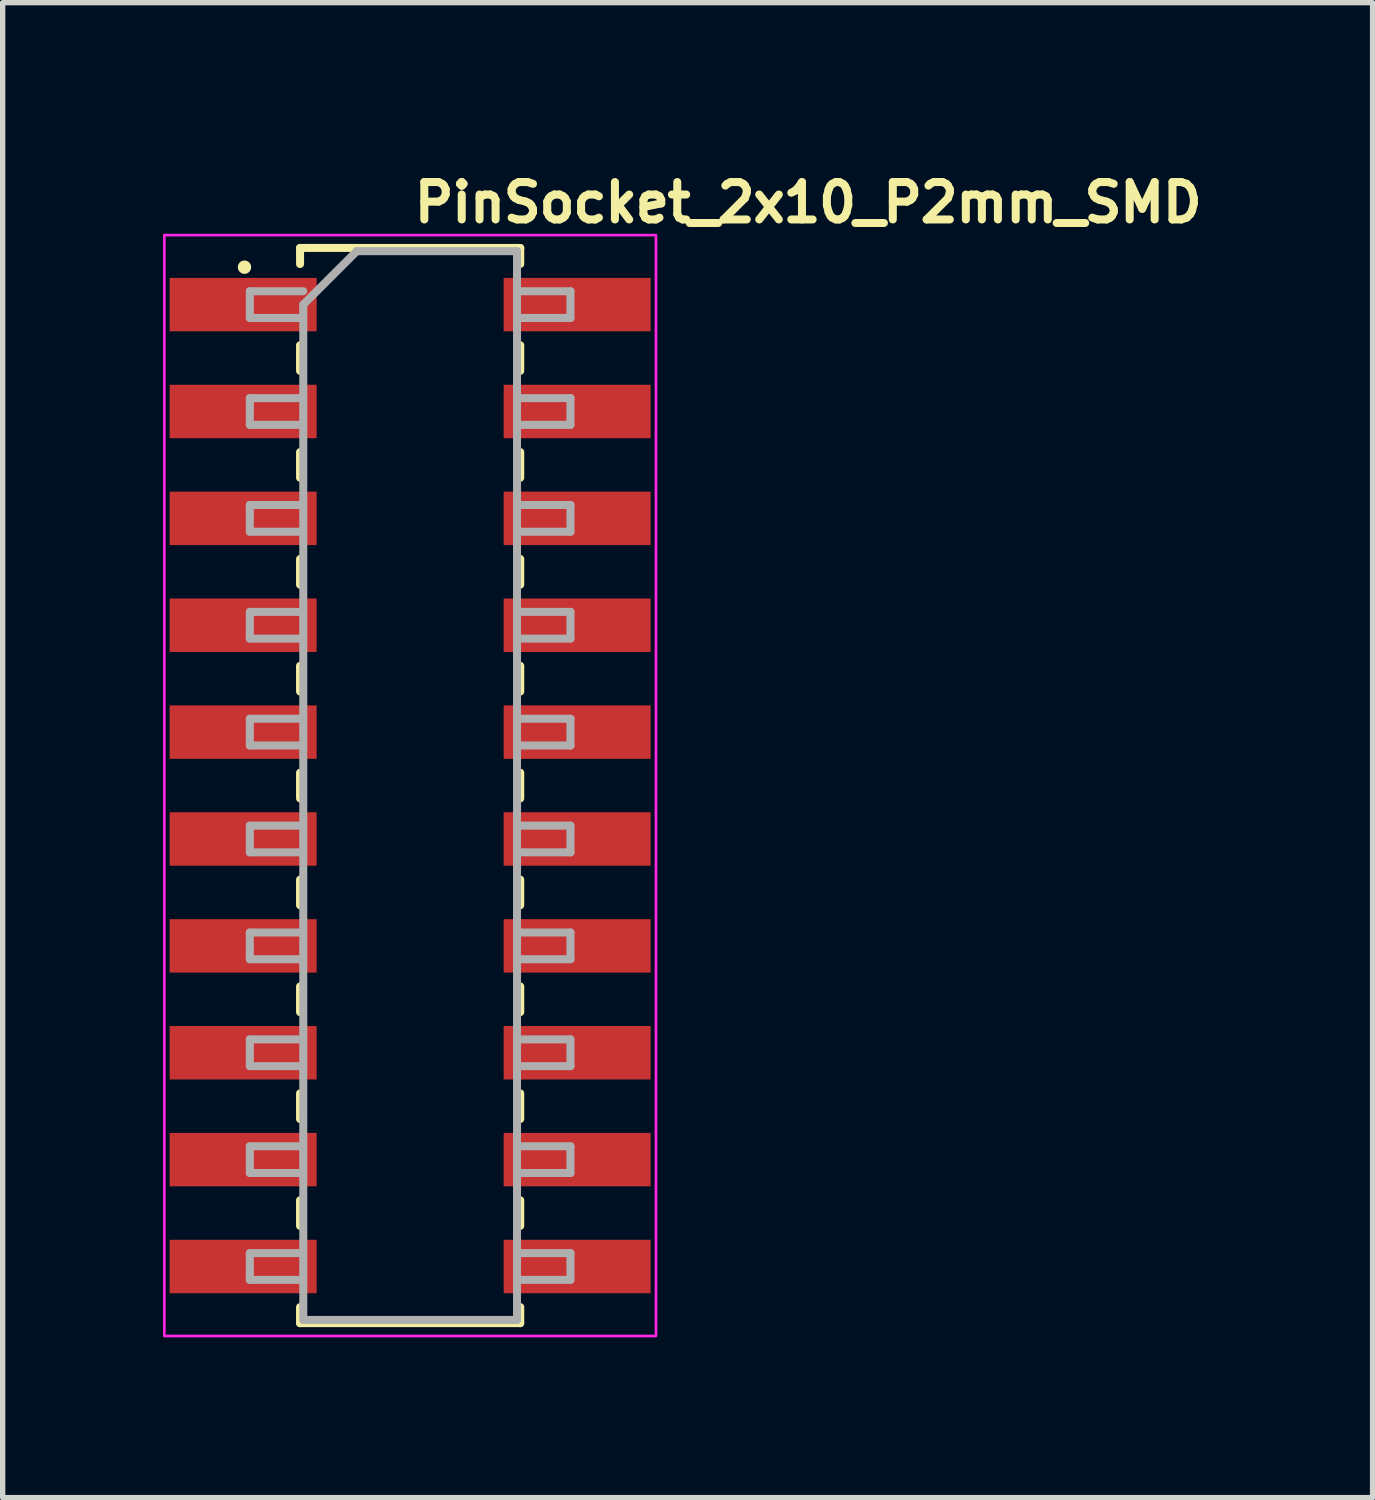
<source format=kicad_pcb>
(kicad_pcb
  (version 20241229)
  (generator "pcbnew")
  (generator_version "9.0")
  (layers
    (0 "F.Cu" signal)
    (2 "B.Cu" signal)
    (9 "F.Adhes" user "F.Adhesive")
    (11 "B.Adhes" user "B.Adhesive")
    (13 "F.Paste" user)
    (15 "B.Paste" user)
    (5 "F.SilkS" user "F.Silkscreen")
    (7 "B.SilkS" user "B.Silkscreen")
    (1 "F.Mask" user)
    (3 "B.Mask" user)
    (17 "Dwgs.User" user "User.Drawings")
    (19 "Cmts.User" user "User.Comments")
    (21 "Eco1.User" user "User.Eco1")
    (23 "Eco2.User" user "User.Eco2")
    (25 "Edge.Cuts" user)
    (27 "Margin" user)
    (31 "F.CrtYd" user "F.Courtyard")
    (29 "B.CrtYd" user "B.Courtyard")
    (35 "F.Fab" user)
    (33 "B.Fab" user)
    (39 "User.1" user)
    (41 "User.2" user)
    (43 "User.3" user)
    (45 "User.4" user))
  (footprint "PinSocket_2x10_P2mm_SMD"
    (layer "F.Cu")
    (at 4.625 11.65)
    (property "Reference" "PinSocket_2x10_P2mm_SMD" (at 0 -10.5 0) (layer "F.SilkS") (effects (font (size 0.7 0.7) (thickness 0.15)) (justify left bottom)))
    (attr smd)
    (fp_line (start -2.06 -10.06) (end -2.06 -9.76) (stroke (width 0.15) (type solid)) (layer "F.SilkS"))
    (fp_line (start -2.06 -8.24) (end -2.06 -7.76) (stroke (width 0.15) (type solid)) (layer "F.SilkS"))
    (fp_line (start -2.06 -6.24) (end -2.06 -5.76) (stroke (width 0.15) (type solid)) (layer "F.SilkS"))
    (fp_line (start -2.06 -4.24) (end -2.06 -3.759) (stroke (width 0.15) (type solid)) (layer "F.SilkS"))
    (fp_line (start -2.06 -2.24) (end -2.06 -1.76) (stroke (width 0.15) (type solid)) (layer "F.SilkS"))
    (fp_line (start -2.06 -0.24) (end -2.06 0.24) (stroke (width 0.15) (type solid)) (layer "F.SilkS"))
    (fp_line (start -2.06 1.76) (end -2.06 2.24) (stroke (width 0.15) (type solid)) (layer "F.SilkS"))
    (fp_line (start -2.06 3.759) (end -2.06 4.24) (stroke (width 0.15) (type solid)) (layer "F.SilkS"))
    (fp_line (start -2.06 5.76) (end -2.06 6.24) (stroke (width 0.15) (type solid)) (layer "F.SilkS"))
    (fp_line (start -2.06 7.76) (end -2.06 8.24) (stroke (width 0.15) (type solid)) (layer "F.SilkS"))
    (fp_line (start -2.06 9.76) (end -2.06 10.06) (stroke (width 0.15) (type solid)) (layer "F.SilkS"))
    (fp_line (start 2.06 -10.06) (end -2.06 -10.06) (stroke (width 0.15) (type solid)) (layer "F.SilkS"))
    (fp_line (start 2.06 -10.06) (end 2.06 -9.76) (stroke (width 0.15) (type solid)) (layer "F.SilkS"))
    (fp_line (start 2.06 -8.24) (end 2.06 -7.76) (stroke (width 0.15) (type solid)) (layer "F.SilkS"))
    (fp_line (start 2.06 -6.24) (end 2.06 -5.76) (stroke (width 0.15) (type solid)) (layer "F.SilkS"))
    (fp_line (start 2.06 -4.24) (end 2.06 -3.759) (stroke (width 0.15) (type solid)) (layer "F.SilkS"))
    (fp_line (start 2.06 -2.24) (end 2.06 -1.76) (stroke (width 0.15) (type solid)) (layer "F.SilkS"))
    (fp_line (start 2.06 -0.24) (end 2.06 0.24) (stroke (width 0.15) (type solid)) (layer "F.SilkS"))
    (fp_line (start 2.06 1.76) (end 2.06 2.24) (stroke (width 0.15) (type solid)) (layer "F.SilkS"))
    (fp_line (start 2.06 3.759) (end 2.06 4.24) (stroke (width 0.15) (type solid)) (layer "F.SilkS"))
    (fp_line (start 2.06 5.76) (end 2.06 6.24) (stroke (width 0.15) (type solid)) (layer "F.SilkS"))
    (fp_line (start 2.06 7.76) (end 2.06 8.24) (stroke (width 0.15) (type solid)) (layer "F.SilkS"))
    (fp_line (start 2.06 9.76) (end 2.06 10.06) (stroke (width 0.15) (type solid)) (layer "F.SilkS"))
    (fp_line (start 2.06 10.06) (end -2.06 10.06) (stroke (width 0.15) (type solid)) (layer "F.SilkS"))
    (fp_circle (center -3.1 -9.7) (end -3.05 -9.7) (stroke (width 0.15) (type solid)) (fill yes) (layer "F.SilkS"))
    (fp_rect (start -4.6 -10.3) (end 4.6 10.3) (stroke (width 0.05) (type solid)) (fill no) (layer "F.CrtYd"))
    (fp_line (start -3 -9.25) (end -3 -8.75) (stroke (width 0.15) (type solid)) (layer "F.Fab"))
    (fp_line (start -3 -8.75) (end -2 -8.75) (stroke (width 0.15) (type solid)) (layer "F.Fab"))
    (fp_line (start -3 -7.25) (end -3 -6.75) (stroke (width 0.15) (type solid)) (layer "F.Fab"))
    (fp_line (start -3 -6.75) (end -2 -6.75) (stroke (width 0.15) (type solid)) (layer "F.Fab"))
    (fp_line (start -3 -5.25) (end -3 -4.75) (stroke (width 0.15) (type solid)) (layer "F.Fab"))
    (fp_line (start -3 -4.75) (end -2 -4.75) (stroke (width 0.15) (type solid)) (layer "F.Fab"))
    (fp_line (start -3 -3.25) (end -3 -2.75) (stroke (width 0.15) (type solid)) (layer "F.Fab"))
    (fp_line (start -3 -2.75) (end -2 -2.75) (stroke (width 0.15) (type solid)) (layer "F.Fab"))
    (fp_line (start -3 -1.25) (end -3 -0.75) (stroke (width 0.15) (type solid)) (layer "F.Fab"))
    (fp_line (start -3 -0.75) (end -2 -0.75) (stroke (width 0.15) (type solid)) (layer "F.Fab"))
    (fp_line (start -3 0.75) (end -3 1.25) (stroke (width 0.15) (type solid)) (layer "F.Fab"))
    (fp_line (start -3 1.25) (end -2 1.25) (stroke (width 0.15) (type solid)) (layer "F.Fab"))
    (fp_line (start -3 2.75) (end -3 3.25) (stroke (width 0.15) (type solid)) (layer "F.Fab"))
    (fp_line (start -3 3.25) (end -2 3.25) (stroke (width 0.15) (type solid)) (layer "F.Fab"))
    (fp_line (start -3 4.75) (end -3 5.25) (stroke (width 0.15) (type solid)) (layer "F.Fab"))
    (fp_line (start -3 5.25) (end -2 5.25) (stroke (width 0.15) (type solid)) (layer "F.Fab"))
    (fp_line (start -3 6.75) (end -3 7.25) (stroke (width 0.15) (type solid)) (layer "F.Fab"))
    (fp_line (start -3 7.25) (end -2 7.25) (stroke (width 0.15) (type solid)) (layer "F.Fab"))
    (fp_line (start -3 8.75) (end -3 9.25) (stroke (width 0.15) (type solid)) (layer "F.Fab"))
    (fp_line (start -3 9.25) (end -2 9.25) (stroke (width 0.15) (type solid)) (layer "F.Fab"))
    (fp_line (start -2 -9.25) (end -3 -9.25) (stroke (width 0.15) (type solid)) (layer "F.Fab"))
    (fp_line (start -2 -9) (end -2 10) (stroke (width 0.15) (type solid)) (layer "F.Fab"))
    (fp_line (start -2 -7.25) (end -3 -7.25) (stroke (width 0.15) (type solid)) (layer "F.Fab"))
    (fp_line (start -2 -5.25) (end -3 -5.25) (stroke (width 0.15) (type solid)) (layer "F.Fab"))
    (fp_line (start -2 -3.25) (end -3 -3.25) (stroke (width 0.15) (type solid)) (layer "F.Fab"))
    (fp_line (start -2 -1.25) (end -3 -1.25) (stroke (width 0.15) (type solid)) (layer "F.Fab"))
    (fp_line (start -2 0.75) (end -3 0.75) (stroke (width 0.15) (type solid)) (layer "F.Fab"))
    (fp_line (start -2 2.75) (end -3 2.75) (stroke (width 0.15) (type solid)) (layer "F.Fab"))
    (fp_line (start -2 4.75) (end -3 4.75) (stroke (width 0.15) (type solid)) (layer "F.Fab"))
    (fp_line (start -2 6.75) (end -3 6.75) (stroke (width 0.15) (type solid)) (layer "F.Fab"))
    (fp_line (start -2 8.75) (end -3 8.75) (stroke (width 0.15) (type solid)) (layer "F.Fab"))
    (fp_line (start -2 10) (end 2 10) (stroke (width 0.15) (type solid)) (layer "F.Fab"))
    (fp_line (start -1 -10) (end -2 -9) (stroke (width 0.15) (type solid)) (layer "F.Fab"))
    (fp_line (start 2 -10) (end -1 -10) (stroke (width 0.15) (type solid)) (layer "F.Fab"))
    (fp_line (start 2 -8.75) (end 3 -8.75) (stroke (width 0.15) (type solid)) (layer "F.Fab"))
    (fp_line (start 2 -6.75) (end 3 -6.75) (stroke (width 0.15) (type solid)) (layer "F.Fab"))
    (fp_line (start 2 -4.75) (end 3 -4.75) (stroke (width 0.15) (type solid)) (layer "F.Fab"))
    (fp_line (start 2 -2.75) (end 3 -2.75) (stroke (width 0.15) (type solid)) (layer "F.Fab"))
    (fp_line (start 2 -0.75) (end 3 -0.75) (stroke (width 0.15) (type solid)) (layer "F.Fab"))
    (fp_line (start 2 1.25) (end 3 1.25) (stroke (width 0.15) (type solid)) (layer "F.Fab"))
    (fp_line (start 2 3.25) (end 3 3.25) (stroke (width 0.15) (type solid)) (layer "F.Fab"))
    (fp_line (start 2 5.25) (end 3 5.25) (stroke (width 0.15) (type solid)) (layer "F.Fab"))
    (fp_line (start 2 7.25) (end 3 7.25) (stroke (width 0.15) (type solid)) (layer "F.Fab"))
    (fp_line (start 2 9.25) (end 3 9.25) (stroke (width 0.15) (type solid)) (layer "F.Fab"))
    (fp_line (start 2 10) (end 2 -10) (stroke (width 0.15) (type solid)) (layer "F.Fab"))
    (fp_line (start 3 -9.25) (end 2 -9.25) (stroke (width 0.15) (type solid)) (layer "F.Fab"))
    (fp_line (start 3 -8.75) (end 3 -9.25) (stroke (width 0.15) (type solid)) (layer "F.Fab"))
    (fp_line (start 3 -7.25) (end 2 -7.25) (stroke (width 0.15) (type solid)) (layer "F.Fab"))
    (fp_line (start 3 -6.75) (end 3 -7.25) (stroke (width 0.15) (type solid)) (layer "F.Fab"))
    (fp_line (start 3 -5.25) (end 2 -5.25) (stroke (width 0.15) (type solid)) (layer "F.Fab"))
    (fp_line (start 3 -4.75) (end 3 -5.25) (stroke (width 0.15) (type solid)) (layer "F.Fab"))
    (fp_line (start 3 -3.25) (end 2 -3.25) (stroke (width 0.15) (type solid)) (layer "F.Fab"))
    (fp_line (start 3 -2.75) (end 3 -3.25) (stroke (width 0.15) (type solid)) (layer "F.Fab"))
    (fp_line (start 3 -1.25) (end 2 -1.25) (stroke (width 0.15) (type solid)) (layer "F.Fab"))
    (fp_line (start 3 -0.75) (end 3 -1.25) (stroke (width 0.15) (type solid)) (layer "F.Fab"))
    (fp_line (start 3 0.75) (end 2 0.75) (stroke (width 0.15) (type solid)) (layer "F.Fab"))
    (fp_line (start 3 1.25) (end 3 0.75) (stroke (width 0.15) (type solid)) (layer "F.Fab"))
    (fp_line (start 3 2.75) (end 2 2.75) (stroke (width 0.15) (type solid)) (layer "F.Fab"))
    (fp_line (start 3 3.25) (end 3 2.75) (stroke (width 0.15) (type solid)) (layer "F.Fab"))
    (fp_line (start 3 4.75) (end 2 4.75) (stroke (width 0.15) (type solid)) (layer "F.Fab"))
    (fp_line (start 3 5.25) (end 3 4.75) (stroke (width 0.15) (type solid)) (layer "F.Fab"))
    (fp_line (start 3 6.75) (end 2 6.75) (stroke (width 0.15) (type solid)) (layer "F.Fab"))
    (fp_line (start 3 7.25) (end 3 6.75) (stroke (width 0.15) (type solid)) (layer "F.Fab"))
    (fp_line (start 3 8.75) (end 2 8.75) (stroke (width 0.15) (type solid)) (layer "F.Fab"))
    (fp_line (start 3 9.25) (end 3 8.75) (stroke (width 0.15) (type solid)) (layer "F.Fab"))
    (fp_rect (start -3.049 -10) (end 3.049 10) (stroke (width 0.1) (type solid)) (fill no) (layer "User.5"))
    (fp_line (start -3.049 -9.025) (end -3.046 -9.051) (stroke (width 0.02) (type solid)) (layer "User.9"))
    (fp_line (start -3.049 -9) (end -3.049 -9.025) (stroke (width 0.02) (type solid)) (layer "User.9"))
    (fp_line (start -3.049 -8.974) (end -3.049 -9) (stroke (width 0.02) (type solid)) (layer "User.9"))
    (fp_line (start -3.049 -7.025) (end -3.046 -7.051) (stroke (width 0.02) (type solid)) (layer "User.9"))
    (fp_line (start -3.049 -7) (end -3.049 -7.025) (stroke (width 0.02) (type solid)) (layer "User.9"))
    (fp_line (start -3.049 -6.974) (end -3.049 -7) (stroke (width 0.02) (type solid)) (layer "User.9"))
    (fp_line (start -3.049 -5.025) (end -3.046 -5.051) (stroke (width 0.02) (type solid)) (layer "User.9"))
    (fp_line (start -3.049 -5) (end -3.049 -5.025) (stroke (width 0.02) (type solid)) (layer "User.9"))
    (fp_line (start -3.049 -4.974) (end -3.049 -5) (stroke (width 0.02) (type solid)) (layer "User.9"))
    (fp_line (start -3.049 -3.025) (end -3.046 -3.051) (stroke (width 0.02) (type solid)) (layer "User.9"))
    (fp_line (start -3.049 -3) (end -3.049 -3.025) (stroke (width 0.02) (type solid)) (layer "User.9"))
    (fp_line (start -3.049 -2.974) (end -3.049 -3) (stroke (width 0.02) (type solid)) (layer "User.9"))
    (fp_line (start -3.049 -1.025) (end -3.046 -1.051) (stroke (width 0.02) (type solid)) (layer "User.9"))
    (fp_line (start -3.049 -1) (end -3.049 -1.025) (stroke (width 0.02) (type solid)) (layer "User.9"))
    (fp_line (start -3.049 -0.974) (end -3.049 -1) (stroke (width 0.02) (type solid)) (layer "User.9"))
    (fp_line (start -3.049 0.974) (end -3.046 0.948) (stroke (width 0.02) (type solid)) (layer "User.9"))
    (fp_line (start -3.049 1) (end -3.049 0.974) (stroke (width 0.02) (type solid)) (layer "User.9"))
    (fp_line (start -3.049 1.025) (end -3.049 1) (stroke (width 0.02) (type solid)) (layer "User.9"))
    (fp_line (start -3.049 2.974) (end -3.046 2.948) (stroke (width 0.02) (type solid)) (layer "User.9"))
    (fp_line (start -3.049 3) (end -3.049 2.974) (stroke (width 0.02) (type solid)) (layer "User.9"))
    (fp_line (start -3.049 3.025) (end -3.049 3) (stroke (width 0.02) (type solid)) (layer "User.9"))
    (fp_line (start -3.049 4.974) (end -3.046 4.948) (stroke (width 0.02) (type solid)) (layer "User.9"))
    (fp_line (start -3.049 5) (end -3.049 4.974) (stroke (width 0.02) (type solid)) (layer "User.9"))
    (fp_line (start -3.049 5.025) (end -3.049 5) (stroke (width 0.02) (type solid)) (layer "User.9"))
    (fp_line (start -3.049 6.974) (end -3.046 6.948) (stroke (width 0.02) (type solid)) (layer "User.9"))
    (fp_line (start -3.049 7) (end -3.049 6.974) (stroke (width 0.02) (type solid)) (layer "User.9"))
    (fp_line (start -3.049 7.025) (end -3.049 7) (stroke (width 0.02) (type solid)) (layer "User.9"))
    (fp_line (start -3.049 8.974) (end -3.046 8.948) (stroke (width 0.02) (type solid)) (layer "User.9"))
    (fp_line (start -3.049 9) (end -3.049 8.974) (stroke (width 0.02) (type solid)) (layer "User.9"))
    (fp_line (start -3.049 9.025) (end -3.049 9) (stroke (width 0.02) (type solid)) (layer "User.9"))
    (fp_line (start -3.046 -9.051) (end -3.042 -9.077) (stroke (width 0.02) (type solid)) (layer "User.9"))
    (fp_line (start -3.046 -8.948) (end -3.049 -8.974) (stroke (width 0.02) (type solid)) (layer "User.9"))
    (fp_line (start -3.046 -7.051) (end -3.042 -7.077) (stroke (width 0.02) (type solid)) (layer "User.9"))
    (fp_line (start -3.046 -6.948) (end -3.049 -6.974) (stroke (width 0.02) (type solid)) (layer "User.9"))
    (fp_line (start -3.046 -5.051) (end -3.042 -5.077) (stroke (width 0.02) (type solid)) (layer "User.9"))
    (fp_line (start -3.046 -4.948) (end -3.049 -4.974) (stroke (width 0.02) (type solid)) (layer "User.9"))
    (fp_line (start -3.046 -3.051) (end -3.042 -3.077) (stroke (width 0.02) (type solid)) (layer "User.9"))
    (fp_line (start -3.046 -2.948) (end -3.049 -2.974) (stroke (width 0.02) (type solid)) (layer "User.9"))
    (fp_line (start -3.046 -1.051) (end -3.042 -1.077) (stroke (width 0.02) (type solid)) (layer "User.9"))
    (fp_line (start -3.046 -0.948) (end -3.049 -0.974) (stroke (width 0.02) (type solid)) (layer "User.9"))
    (fp_line (start -3.046 0.948) (end -3.042 0.922) (stroke (width 0.02) (type solid)) (layer "User.9"))
    (fp_line (start -3.046 1.051) (end -3.049 1.025) (stroke (width 0.02) (type solid)) (layer "User.9"))
    (fp_line (start -3.046 2.948) (end -3.042 2.922) (stroke (width 0.02) (type solid)) (layer "User.9"))
    (fp_line (start -3.046 3.051) (end -3.049 3.025) (stroke (width 0.02) (type solid)) (layer "User.9"))
    (fp_line (start -3.046 4.948) (end -3.042 4.922) (stroke (width 0.02) (type solid)) (layer "User.9"))
    (fp_line (start -3.046 5.051) (end -3.049 5.025) (stroke (width 0.02) (type solid)) (layer "User.9"))
    (fp_line (start -3.046 6.948) (end -3.042 6.922) (stroke (width 0.02) (type solid)) (layer "User.9"))
    (fp_line (start -3.046 7.051) (end -3.049 7.025) (stroke (width 0.02) (type solid)) (layer "User.9"))
    (fp_line (start -3.046 8.948) (end -3.042 8.922) (stroke (width 0.02) (type solid)) (layer "User.9"))
    (fp_line (start -3.046 9.051) (end -3.049 9.025) (stroke (width 0.02) (type solid)) (layer "User.9"))
    (fp_line (start -3.042 -9.077) (end -3.037 -9.102) (stroke (width 0.02) (type solid)) (layer "User.9"))
    (fp_line (start -3.042 -8.922) (end -3.046 -8.948) (stroke (width 0.02) (type solid)) (layer "User.9"))
    (fp_line (start -3.042 -7.077) (end -3.037 -7.102) (stroke (width 0.02) (type solid)) (layer "User.9"))
    (fp_line (start -3.042 -6.922) (end -3.046 -6.948) (stroke (width 0.02) (type solid)) (layer "User.9"))
    (fp_line (start -3.042 -5.077) (end -3.037 -5.102) (stroke (width 0.02) (type solid)) (layer "User.9"))
    (fp_line (start -3.042 -4.922) (end -3.046 -4.948) (stroke (width 0.02) (type solid)) (layer "User.9"))
    (fp_line (start -3.042 -3.077) (end -3.037 -3.102) (stroke (width 0.02) (type solid)) (layer "User.9"))
    (fp_line (start -3.042 -2.922) (end -3.046 -2.948) (stroke (width 0.02) (type solid)) (layer "User.9"))
    (fp_line (start -3.042 -1.077) (end -3.037 -1.102) (stroke (width 0.02) (type solid)) (layer "User.9"))
    (fp_line (start -3.042 -0.922) (end -3.046 -0.948) (stroke (width 0.02) (type solid)) (layer "User.9"))
    (fp_line (start -3.042 0.922) (end -3.037 0.897) (stroke (width 0.02) (type solid)) (layer "User.9"))
    (fp_line (start -3.042 1.077) (end -3.046 1.051) (stroke (width 0.02) (type solid)) (layer "User.9"))
    (fp_line (start -3.042 2.922) (end -3.037 2.897) (stroke (width 0.02) (type solid)) (layer "User.9"))
    (fp_line (start -3.042 3.077) (end -3.046 3.051) (stroke (width 0.02) (type solid)) (layer "User.9"))
    (fp_line (start -3.042 4.922) (end -3.037 4.897) (stroke (width 0.02) (type solid)) (layer "User.9"))
    (fp_line (start -3.042 5.077) (end -3.046 5.051) (stroke (width 0.02) (type solid)) (layer "User.9"))
    (fp_line (start -3.042 6.922) (end -3.037 6.897) (stroke (width 0.02) (type solid)) (layer "User.9"))
    (fp_line (start -3.042 7.077) (end -3.046 7.051) (stroke (width 0.02) (type solid)) (layer "User.9"))
    (fp_line (start -3.042 8.922) (end -3.037 8.897) (stroke (width 0.02) (type solid)) (layer "User.9"))
    (fp_line (start -3.042 9.077) (end -3.046 9.051) (stroke (width 0.02) (type solid)) (layer "User.9"))
    (fp_line (start -3.037 -9.102) (end -3.03 -9.127) (stroke (width 0.02) (type solid)) (layer "User.9"))
    (fp_line (start -3.037 -8.897) (end -3.042 -8.922) (stroke (width 0.02) (type solid)) (layer "User.9"))
    (fp_line (start -3.037 -7.102) (end -3.03 -7.127) (stroke (width 0.02) (type solid)) (layer "User.9"))
    (fp_line (start -3.037 -6.897) (end -3.042 -6.922) (stroke (width 0.02) (type solid)) (layer "User.9"))
    (fp_line (start -3.037 -5.102) (end -3.03 -5.127) (stroke (width 0.02) (type solid)) (layer "User.9"))
    (fp_line (start -3.037 -4.897) (end -3.042 -4.922) (stroke (width 0.02) (type solid)) (layer "User.9"))
    (fp_line (start -3.037 -3.102) (end -3.03 -3.127) (stroke (width 0.02) (type solid)) (layer "User.9"))
    (fp_line (start -3.037 -2.897) (end -3.042 -2.922) (stroke (width 0.02) (type solid)) (layer "User.9"))
    (fp_line (start -3.037 -1.102) (end -3.03 -1.127) (stroke (width 0.02) (type solid)) (layer "User.9"))
    (fp_line (start -3.037 -0.897) (end -3.042 -0.922) (stroke (width 0.02) (type solid)) (layer "User.9"))
    (fp_line (start -3.037 0.897) (end -3.03 0.872) (stroke (width 0.02) (type solid)) (layer "User.9"))
    (fp_line (start -3.037 1.102) (end -3.042 1.077) (stroke (width 0.02) (type solid)) (layer "User.9"))
    (fp_line (start -3.037 2.897) (end -3.03 2.872) (stroke (width 0.02) (type solid)) (layer "User.9"))
    (fp_line (start -3.037 3.102) (end -3.042 3.077) (stroke (width 0.02) (type solid)) (layer "User.9"))
    (fp_line (start -3.037 4.897) (end -3.03 4.872) (stroke (width 0.02) (type solid)) (layer "User.9"))
    (fp_line (start -3.037 5.102) (end -3.042 5.077) (stroke (width 0.02) (type solid)) (layer "User.9"))
    (fp_line (start -3.037 6.897) (end -3.03 6.872) (stroke (width 0.02) (type solid)) (layer "User.9"))
    (fp_line (start -3.037 7.102) (end -3.042 7.077) (stroke (width 0.02) (type solid)) (layer "User.9"))
    (fp_line (start -3.037 8.897) (end -3.03 8.872) (stroke (width 0.02) (type solid)) (layer "User.9"))
    (fp_line (start -3.037 9.102) (end -3.042 9.077) (stroke (width 0.02) (type solid)) (layer "User.9"))
    (fp_line (start -3.03 -9.127) (end -3.021 -9.152) (stroke (width 0.02) (type solid)) (layer "User.9"))
    (fp_line (start -3.03 -8.872) (end -3.037 -8.897) (stroke (width 0.02) (type solid)) (layer "User.9"))
    (fp_line (start -3.03 -7.127) (end -3.021 -7.152) (stroke (width 0.02) (type solid)) (layer "User.9"))
    (fp_line (start -3.03 -6.872) (end -3.037 -6.897) (stroke (width 0.02) (type solid)) (layer "User.9"))
    (fp_line (start -3.03 -5.127) (end -3.021 -5.152) (stroke (width 0.02) (type solid)) (layer "User.9"))
    (fp_line (start -3.03 -4.872) (end -3.037 -4.897) (stroke (width 0.02) (type solid)) (layer "User.9"))
    (fp_line (start -3.03 -3.127) (end -3.021 -3.152) (stroke (width 0.02) (type solid)) (layer "User.9"))
    (fp_line (start -3.03 -2.872) (end -3.037 -2.897) (stroke (width 0.02) (type solid)) (layer "User.9"))
    (fp_line (start -3.03 -1.127) (end -3.021 -1.152) (stroke (width 0.02) (type solid)) (layer "User.9"))
    (fp_line (start -3.03 -0.872) (end -3.037 -0.897) (stroke (width 0.02) (type solid)) (layer "User.9"))
    (fp_line (start -3.03 0.872) (end -3.021 0.847) (stroke (width 0.02) (type solid)) (layer "User.9"))
    (fp_line (start -3.03 1.127) (end -3.037 1.102) (stroke (width 0.02) (type solid)) (layer "User.9"))
    (fp_line (start -3.03 2.872) (end -3.021 2.847) (stroke (width 0.02) (type solid)) (layer "User.9"))
    (fp_line (start -3.03 3.127) (end -3.037 3.102) (stroke (width 0.02) (type solid)) (layer "User.9"))
    (fp_line (start -3.03 4.872) (end -3.021 4.847) (stroke (width 0.02) (type solid)) (layer "User.9"))
    (fp_line (start -3.03 5.127) (end -3.037 5.102) (stroke (width 0.02) (type solid)) (layer "User.9"))
    (fp_line (start -3.03 6.872) (end -3.021 6.847) (stroke (width 0.02) (type solid)) (layer "User.9"))
    (fp_line (start -3.03 7.127) (end -3.037 7.102) (stroke (width 0.02) (type solid)) (layer "User.9"))
    (fp_line (start -3.03 8.872) (end -3.021 8.847) (stroke (width 0.02) (type solid)) (layer "User.9"))
    (fp_line (start -3.03 9.127) (end -3.037 9.102) (stroke (width 0.02) (type solid)) (layer "User.9"))
    (fp_line (start -3.021 -9.152) (end -3.011 -9.176) (stroke (width 0.02) (type solid)) (layer "User.9"))
    (fp_line (start -3.021 -8.847) (end -3.03 -8.872) (stroke (width 0.02) (type solid)) (layer "User.9"))
    (fp_line (start -3.021 -7.152) (end -3.011 -7.176) (stroke (width 0.02) (type solid)) (layer "User.9"))
    (fp_line (start -3.021 -6.847) (end -3.03 -6.872) (stroke (width 0.02) (type solid)) (layer "User.9"))
    (fp_line (start -3.021 -5.152) (end -3.011 -5.176) (stroke (width 0.02) (type solid)) (layer "User.9"))
    (fp_line (start -3.021 -4.847) (end -3.03 -4.872) (stroke (width 0.02) (type solid)) (layer "User.9"))
    (fp_line (start -3.021 -3.152) (end -3.011 -3.176) (stroke (width 0.02) (type solid)) (layer "User.9"))
    (fp_line (start -3.021 -2.847) (end -3.03 -2.872) (stroke (width 0.02) (type solid)) (layer "User.9"))
    (fp_line (start -3.021 -1.152) (end -3.011 -1.176) (stroke (width 0.02) (type solid)) (layer "User.9"))
    (fp_line (start -3.021 -0.847) (end -3.03 -0.872) (stroke (width 0.02) (type solid)) (layer "User.9"))
    (fp_line (start -3.021 0.847) (end -3.011 0.823) (stroke (width 0.02) (type solid)) (layer "User.9"))
    (fp_line (start -3.021 1.152) (end -3.03 1.127) (stroke (width 0.02) (type solid)) (layer "User.9"))
    (fp_line (start -3.021 2.847) (end -3.011 2.823) (stroke (width 0.02) (type solid)) (layer "User.9"))
    (fp_line (start -3.021 3.152) (end -3.03 3.127) (stroke (width 0.02) (type solid)) (layer "User.9"))
    (fp_line (start -3.021 4.847) (end -3.011 4.823) (stroke (width 0.02) (type solid)) (layer "User.9"))
    (fp_line (start -3.021 5.152) (end -3.03 5.127) (stroke (width 0.02) (type solid)) (layer "User.9"))
    (fp_line (start -3.021 6.847) (end -3.011 6.823) (stroke (width 0.02) (type solid)) (layer "User.9"))
    (fp_line (start -3.021 7.152) (end -3.03 7.127) (stroke (width 0.02) (type solid)) (layer "User.9"))
    (fp_line (start -3.021 8.847) (end -3.011 8.823) (stroke (width 0.02) (type solid)) (layer "User.9"))
    (fp_line (start -3.021 9.152) (end -3.03 9.127) (stroke (width 0.02) (type solid)) (layer "User.9"))
    (fp_line (start -3.011 -9.176) (end -3 -9.2) (stroke (width 0.02) (type solid)) (layer "User.9"))
    (fp_line (start -3.011 -8.823) (end -3.021 -8.847) (stroke (width 0.02) (type solid)) (layer "User.9"))
    (fp_line (start -3.011 -7.176) (end -3 -7.2) (stroke (width 0.02) (type solid)) (layer "User.9"))
    (fp_line (start -3.011 -6.823) (end -3.021 -6.847) (stroke (width 0.02) (type solid)) (layer "User.9"))
    (fp_line (start -3.011 -5.176) (end -3 -5.2) (stroke (width 0.02) (type solid)) (layer "User.9"))
    (fp_line (start -3.011 -4.823) (end -3.021 -4.847) (stroke (width 0.02) (type solid)) (layer "User.9"))
    (fp_line (start -3.011 -3.176) (end -3 -3.2) (stroke (width 0.02) (type solid)) (layer "User.9"))
    (fp_line (start -3.011 -2.823) (end -3.021 -2.847) (stroke (width 0.02) (type solid)) (layer "User.9"))
    (fp_line (start -3.011 -1.176) (end -3 -1.2) (stroke (width 0.02) (type solid)) (layer "User.9"))
    (fp_line (start -3.011 -0.823) (end -3.021 -0.847) (stroke (width 0.02) (type solid)) (layer "User.9"))
    (fp_line (start -3.011 0.823) (end -3 0.8) (stroke (width 0.02) (type solid)) (layer "User.9"))
    (fp_line (start -3.011 1.176) (end -3.021 1.152) (stroke (width 0.02) (type solid)) (layer "User.9"))
    (fp_line (start -3.011 2.823) (end -3 2.799) (stroke (width 0.02) (type solid)) (layer "User.9"))
    (fp_line (start -3.011 3.176) (end -3.021 3.152) (stroke (width 0.02) (type solid)) (layer "User.9"))
    (fp_line (start -3.011 4.823) (end -3 4.8) (stroke (width 0.02) (type solid)) (layer "User.9"))
    (fp_line (start -3.011 5.176) (end -3.021 5.152) (stroke (width 0.02) (type solid)) (layer "User.9"))
    (fp_line (start -3.011 6.823) (end -3 6.8) (stroke (width 0.02) (type solid)) (layer "User.9"))
    (fp_line (start -3.011 7.176) (end -3.021 7.152) (stroke (width 0.02) (type solid)) (layer "User.9"))
    (fp_line (start -3.011 8.823) (end -3 8.8) (stroke (width 0.02) (type solid)) (layer "User.9"))
    (fp_line (start -3.011 9.176) (end -3.021 9.152) (stroke (width 0.02) (type solid)) (layer "User.9"))
    (fp_line (start -3 -9.2) (end -2 -9.227) (stroke (width 0.02) (type solid)) (layer "User.9"))
    (fp_line (start -3 -8.8) (end -3.011 -8.823) (stroke (width 0.02) (type solid)) (layer "User.9"))
    (fp_line (start -3 -7.2) (end -2 -7.227) (stroke (width 0.02) (type solid)) (layer "User.9"))
    (fp_line (start -3 -6.8) (end -3.011 -6.823) (stroke (width 0.02) (type solid)) (layer "User.9"))
    (fp_line (start -3 -5.2) (end -2 -5.227) (stroke (width 0.02) (type solid)) (layer "User.9"))
    (fp_line (start -3 -4.8) (end -3.011 -4.823) (stroke (width 0.02) (type solid)) (layer "User.9"))
    (fp_line (start -3 -3.2) (end -2 -3.227) (stroke (width 0.02) (type solid)) (layer "User.9"))
    (fp_line (start -3 -2.799) (end -3.011 -2.823) (stroke (width 0.02) (type solid)) (layer "User.9"))
    (fp_line (start -3 -1.2) (end -2 -1.227) (stroke (width 0.02) (type solid)) (layer "User.9"))
    (fp_line (start -3 -0.8) (end -3.011 -0.823) (stroke (width 0.02) (type solid)) (layer "User.9"))
    (fp_line (start -3 0.8) (end -2 0.772) (stroke (width 0.02) (type solid)) (layer "User.9"))
    (fp_line (start -3 1.2) (end -3.011 1.176) (stroke (width 0.02) (type solid)) (layer "User.9"))
    (fp_line (start -3 2.799) (end -2 2.772) (stroke (width 0.02) (type solid)) (layer "User.9"))
    (fp_line (start -3 3.2) (end -3.011 3.176) (stroke (width 0.02) (type solid)) (layer "User.9"))
    (fp_line (start -3 4.8) (end -2 4.772) (stroke (width 0.02) (type solid)) (layer "User.9"))
    (fp_line (start -3 5.2) (end -3.011 5.176) (stroke (width 0.02) (type solid)) (layer "User.9"))
    (fp_line (start -3 6.8) (end -2 6.772) (stroke (width 0.02) (type solid)) (layer "User.9"))
    (fp_line (start -3 7.2) (end -3.011 7.176) (stroke (width 0.02) (type solid)) (layer "User.9"))
    (fp_line (start -3 8.8) (end -2 8.772) (stroke (width 0.02) (type solid)) (layer "User.9"))
    (fp_line (start -3 9.2) (end -3.011 9.176) (stroke (width 0.02) (type solid)) (layer "User.9"))
    (fp_line (start -2 -10) (end -2 10) (stroke (width 0.02) (type solid)) (layer "User.9"))
    (fp_line (start -2 -8.772) (end -3 -8.8) (stroke (width 0.02) (type solid)) (layer "User.9"))
    (fp_line (start -2 -6.772) (end -3 -6.8) (stroke (width 0.02) (type solid)) (layer "User.9"))
    (fp_line (start -2 -4.772) (end -3 -4.8) (stroke (width 0.02) (type solid)) (layer "User.9"))
    (fp_line (start -2 -2.772) (end -3 -2.799) (stroke (width 0.02) (type solid)) (layer "User.9"))
    (fp_line (start -2 -0.772) (end -3 -0.8) (stroke (width 0.02) (type solid)) (layer "User.9"))
    (fp_line (start -2 1.227) (end -3 1.2) (stroke (width 0.02) (type solid)) (layer "User.9"))
    (fp_line (start -2 3.227) (end -3 3.2) (stroke (width 0.02) (type solid)) (layer "User.9"))
    (fp_line (start -2 5.227) (end -3 5.2) (stroke (width 0.02) (type solid)) (layer "User.9"))
    (fp_line (start -2 7.227) (end -3 7.2) (stroke (width 0.02) (type solid)) (layer "User.9"))
    (fp_line (start -2 9.227) (end -3 9.2) (stroke (width 0.02) (type solid)) (layer "User.9"))
    (fp_line (start -2 10) (end 2 10) (stroke (width 0.02) (type solid)) (layer "User.9"))
    (fp_line (start -1.5 -9.5) (end -1.5 -8.5) (stroke (width 0.02) (type solid)) (layer "User.9"))
    (fp_line (start -1.5 -9.5) (end -1.25 -9.251) (stroke (width 0.02) (type solid)) (layer "User.9"))
    (fp_line (start -1.5 -8.5) (end -1.25 -8.749) (stroke (width 0.02) (type solid)) (layer "User.9"))
    (fp_line (start -1.5 -8.5) (end -0.5 -8.5) (stroke (width 0.02) (type solid)) (layer "User.9"))
    (fp_line (start -1.5 -7.5) (end -1.5 -6.5) (stroke (width 0.02) (type solid)) (layer "User.9"))
    (fp_line (start -1.5 -7.5) (end -1.25 -7.251) (stroke (width 0.02) (type solid)) (layer "User.9"))
    (fp_line (start -1.5 -6.5) (end -1.25 -6.748) (stroke (width 0.02) (type solid)) (layer "User.9"))
    (fp_line (start -1.5 -6.5) (end -0.5 -6.5) (stroke (width 0.02) (type solid)) (layer "User.9"))
    (fp_line (start -1.5 -5.5) (end -1.5 -4.5) (stroke (width 0.02) (type solid)) (layer "User.9"))
    (fp_line (start -1.5 -5.5) (end -1.25 -5.251) (stroke (width 0.02) (type solid)) (layer "User.9"))
    (fp_line (start -1.5 -4.5) (end -1.25 -4.749) (stroke (width 0.02) (type solid)) (layer "User.9"))
    (fp_line (start -1.5 -4.5) (end -0.5 -4.5) (stroke (width 0.02) (type solid)) (layer "User.9"))
    (fp_line (start -1.5 -3.5) (end -1.5 -2.5) (stroke (width 0.02) (type solid)) (layer "User.9"))
    (fp_line (start -1.5 -3.5) (end -1.25 -3.251) (stroke (width 0.02) (type solid)) (layer "User.9"))
    (fp_line (start -1.5 -2.5) (end -1.25 -2.749) (stroke (width 0.02) (type solid)) (layer "User.9"))
    (fp_line (start -1.5 -2.5) (end -0.5 -2.5) (stroke (width 0.02) (type solid)) (layer "User.9"))
    (fp_line (start -1.5 -1.5) (end -1.5 -0.5) (stroke (width 0.02) (type solid)) (layer "User.9"))
    (fp_line (start -1.5 -1.5) (end -1.25 -1.25) (stroke (width 0.02) (type solid)) (layer "User.9"))
    (fp_line (start -1.5 -0.5) (end -1.25 -0.749) (stroke (width 0.02) (type solid)) (layer "User.9"))
    (fp_line (start -1.5 -0.5) (end -0.5 -0.5) (stroke (width 0.02) (type solid)) (layer "User.9"))
    (fp_line (start -1.5 0.5) (end -1.5 1.5) (stroke (width 0.02) (type solid)) (layer "User.9"))
    (fp_line (start -1.5 0.5) (end -1.25 0.749) (stroke (width 0.02) (type solid)) (layer "User.9"))
    (fp_line (start -1.5 1.5) (end -1.25 1.25) (stroke (width 0.02) (type solid)) (layer "User.9"))
    (fp_line (start -1.5 1.5) (end -0.5 1.5) (stroke (width 0.02) (type solid)) (layer "User.9"))
    (fp_line (start -1.5 2.5) (end -1.5 3.5) (stroke (width 0.02) (type solid)) (layer "User.9"))
    (fp_line (start -1.5 2.5) (end -1.25 2.749) (stroke (width 0.02) (type solid)) (layer "User.9"))
    (fp_line (start -1.5 3.5) (end -1.25 3.251) (stroke (width 0.02) (type solid)) (layer "User.9"))
    (fp_line (start -1.5 3.5) (end -0.5 3.5) (stroke (width 0.02) (type solid)) (layer "User.9"))
    (fp_line (start -1.5 4.5) (end -1.5 5.5) (stroke (width 0.02) (type solid)) (layer "User.9"))
    (fp_line (start -1.5 4.5) (end -1.25 4.749) (stroke (width 0.02) (type solid)) (layer "User.9"))
    (fp_line (start -1.5 5.5) (end -1.25 5.251) (stroke (width 0.02) (type solid)) (layer "User.9"))
    (fp_line (start -1.5 5.5) (end -0.5 5.5) (stroke (width 0.02) (type solid)) (layer "User.9"))
    (fp_line (start -1.5 6.5) (end -1.5 7.5) (stroke (width 0.02) (type solid)) (layer "User.9"))
    (fp_line (start -1.5 6.5) (end -1.25 6.748) (stroke (width 0.02) (type solid)) (layer "User.9"))
    (fp_line (start -1.5 7.5) (end -1.25 7.251) (stroke (width 0.02) (type solid)) (layer "User.9"))
    (fp_line (start -1.5 7.5) (end -0.5 7.5) (stroke (width 0.02) (type solid)) (layer "User.9"))
    (fp_line (start -1.5 8.5) (end -1.5 9.5) (stroke (width 0.02) (type solid)) (layer "User.9"))
    (fp_line (start -1.5 8.5) (end -1.25 8.749) (stroke (width 0.02) (type solid)) (layer "User.9"))
    (fp_line (start -1.5 9.5) (end -1.25 9.251) (stroke (width 0.02) (type solid)) (layer "User.9"))
    (fp_line (start -1.5 9.5) (end -0.5 9.5) (stroke (width 0.02) (type solid)) (layer "User.9"))
    (fp_line (start -1.25 -9.251) (end -1.25 -8.749) (stroke (width 0.02) (type solid)) (layer "User.9"))
    (fp_line (start -1.25 -9.25) (end -1.25 -8.75) (stroke (width 0.02) (type solid)) (layer "User.9"))
    (fp_line (start -1.25 -8.75) (end -0.75 -8.75) (stroke (width 0.02) (type solid)) (layer "User.9"))
    (fp_line (start -1.25 -8.749) (end -0.749 -8.749) (stroke (width 0.02) (type solid)) (layer "User.9"))
    (fp_line (start -1.25 -7.251) (end -1.25 -6.748) (stroke (width 0.02) (type solid)) (layer "User.9"))
    (fp_line (start -1.25 -7.25) (end -1.25 -6.75) (stroke (width 0.02) (type solid)) (layer "User.9"))
    (fp_line (start -1.25 -6.75) (end -0.75 -6.75) (stroke (width 0.02) (type solid)) (layer "User.9"))
    (fp_line (start -1.25 -6.748) (end -0.749 -6.748) (stroke (width 0.02) (type solid)) (layer "User.9"))
    (fp_line (start -1.25 -5.251) (end -1.25 -4.749) (stroke (width 0.02) (type solid)) (layer "User.9"))
    (fp_line (start -1.25 -5.25) (end -1.25 -4.75) (stroke (width 0.02) (type solid)) (layer "User.9"))
    (fp_line (start -1.25 -4.75) (end -0.75 -4.75) (stroke (width 0.02) (type solid)) (layer "User.9"))
    (fp_line (start -1.25 -4.749) (end -0.749 -4.749) (stroke (width 0.02) (type solid)) (layer "User.9"))
    (fp_line (start -1.25 -3.251) (end -1.25 -2.749) (stroke (width 0.02) (type solid)) (layer "User.9"))
    (fp_line (start -1.25 -3.25) (end -1.25 -2.75) (stroke (width 0.02) (type solid)) (layer "User.9"))
    (fp_line (start -1.25 -2.75) (end -0.75 -2.75) (stroke (width 0.02) (type solid)) (layer "User.9"))
    (fp_line (start -1.25 -2.749) (end -0.749 -2.749) (stroke (width 0.02) (type solid)) (layer "User.9"))
    (fp_line (start -1.25 -1.25) (end -1.25 -0.75) (stroke (width 0.02) (type solid)) (layer "User.9"))
    (fp_line (start -1.25 -1.25) (end -1.25 -0.749) (stroke (width 0.02) (type solid)) (layer "User.9"))
    (fp_line (start -1.25 -0.75) (end -0.75 -0.75) (stroke (width 0.02) (type solid)) (layer "User.9"))
    (fp_line (start -1.25 -0.749) (end -0.749 -0.749) (stroke (width 0.02) (type solid)) (layer "User.9"))
    (fp_line (start -1.25 0.749) (end -1.25 1.25) (stroke (width 0.02) (type solid)) (layer "User.9"))
    (fp_line (start -1.25 0.75) (end -1.25 1.25) (stroke (width 0.02) (type solid)) (layer "User.9"))
    (fp_line (start -1.25 1.25) (end -0.75 1.25) (stroke (width 0.02) (type solid)) (layer "User.9"))
    (fp_line (start -1.25 1.25) (end -0.749 1.25) (stroke (width 0.02) (type solid)) (layer "User.9"))
    (fp_line (start -1.25 2.749) (end -1.25 3.251) (stroke (width 0.02) (type solid)) (layer "User.9"))
    (fp_line (start -1.25 2.75) (end -1.25 3.25) (stroke (width 0.02) (type solid)) (layer "User.9"))
    (fp_line (start -1.25 3.25) (end -0.75 3.25) (stroke (width 0.02) (type solid)) (layer "User.9"))
    (fp_line (start -1.25 3.251) (end -0.749 3.251) (stroke (width 0.02) (type solid)) (layer "User.9"))
    (fp_line (start -1.25 4.749) (end -1.25 5.251) (stroke (width 0.02) (type solid)) (layer "User.9"))
    (fp_line (start -1.25 4.75) (end -1.25 5.25) (stroke (width 0.02) (type solid)) (layer "User.9"))
    (fp_line (start -1.25 5.25) (end -0.75 5.25) (stroke (width 0.02) (type solid)) (layer "User.9"))
    (fp_line (start -1.25 5.251) (end -0.749 5.251) (stroke (width 0.02) (type solid)) (layer "User.9"))
    (fp_line (start -1.25 6.748) (end -1.25 7.251) (stroke (width 0.02) (type solid)) (layer "User.9"))
    (fp_line (start -1.25 6.75) (end -1.25 7.25) (stroke (width 0.02) (type solid)) (layer "User.9"))
    (fp_line (start -1.25 7.25) (end -0.75 7.25) (stroke (width 0.02) (type solid)) (layer "User.9"))
    (fp_line (start -1.25 7.251) (end -0.749 7.251) (stroke (width 0.02) (type solid)) (layer "User.9"))
    (fp_line (start -1.25 8.749) (end -1.25 9.251) (stroke (width 0.02) (type solid)) (layer "User.9"))
    (fp_line (start -1.25 8.75) (end -1.25 9.25) (stroke (width 0.02) (type solid)) (layer "User.9"))
    (fp_line (start -1.25 9.25) (end -0.75 9.25) (stroke (width 0.02) (type solid)) (layer "User.9"))
    (fp_line (start -1.25 9.251) (end -0.749 9.251) (stroke (width 0.02) (type solid)) (layer "User.9"))
    (fp_line (start -1.1 -9.208) (end -1.1 -9.25) (stroke (width 0.02) (type solid)) (layer "User.9"))
    (fp_line (start -1.1 -9.208) (end -0.9 -9.208) (stroke (width 0.02) (type solid)) (layer "User.9"))
    (fp_line (start -1.1 -8.791) (end -1.1 -9.208) (stroke (width 0.02) (type solid)) (layer "User.9"))
    (fp_line (start -1.1 -8.791) (end -0.9 -8.791) (stroke (width 0.02) (type solid)) (layer "User.9"))
    (fp_line (start -1.1 -8.75) (end -1.1 -8.791) (stroke (width 0.02) (type solid)) (layer "User.9"))
    (fp_line (start -1.1 -7.208) (end -1.1 -7.25) (stroke (width 0.02) (type solid)) (layer "User.9"))
    (fp_line (start -1.1 -7.208) (end -0.9 -7.208) (stroke (width 0.02) (type solid)) (layer "User.9"))
    (fp_line (start -1.1 -6.791) (end -1.1 -7.208) (stroke (width 0.02) (type solid)) (layer "User.9"))
    (fp_line (start -1.1 -6.791) (end -0.9 -6.791) (stroke (width 0.02) (type solid)) (layer "User.9"))
    (fp_line (start -1.1 -6.75) (end -1.1 -6.791) (stroke (width 0.02) (type solid)) (layer "User.9"))
    (fp_line (start -1.1 -5.208) (end -1.1 -5.25) (stroke (width 0.02) (type solid)) (layer "User.9"))
    (fp_line (start -1.1 -5.208) (end -0.9 -5.208) (stroke (width 0.02) (type solid)) (layer "User.9"))
    (fp_line (start -1.1 -4.791) (end -1.1 -5.208) (stroke (width 0.02) (type solid)) (layer "User.9"))
    (fp_line (start -1.1 -4.791) (end -0.9 -4.791) (stroke (width 0.02) (type solid)) (layer "User.9"))
    (fp_line (start -1.1 -4.75) (end -1.1 -4.791) (stroke (width 0.02) (type solid)) (layer "User.9"))
    (fp_line (start -1.1 -3.208) (end -1.1 -3.25) (stroke (width 0.02) (type solid)) (layer "User.9"))
    (fp_line (start -1.1 -3.208) (end -0.9 -3.208) (stroke (width 0.02) (type solid)) (layer "User.9"))
    (fp_line (start -1.1 -2.791) (end -1.1 -3.208) (stroke (width 0.02) (type solid)) (layer "User.9"))
    (fp_line (start -1.1 -2.791) (end -0.9 -2.791) (stroke (width 0.02) (type solid)) (layer "User.9"))
    (fp_line (start -1.1 -2.75) (end -1.1 -2.791) (stroke (width 0.02) (type solid)) (layer "User.9"))
    (fp_line (start -1.1 -1.208) (end -1.1 -1.25) (stroke (width 0.02) (type solid)) (layer "User.9"))
    (fp_line (start -1.1 -1.208) (end -0.9 -1.208) (stroke (width 0.02) (type solid)) (layer "User.9"))
    (fp_line (start -1.1 -0.791) (end -1.1 -1.208) (stroke (width 0.02) (type solid)) (layer "User.9"))
    (fp_line (start -1.1 -0.791) (end -0.9 -0.791) (stroke (width 0.02) (type solid)) (layer "User.9"))
    (fp_line (start -1.1 -0.75) (end -1.1 -0.791) (stroke (width 0.02) (type solid)) (layer "User.9"))
    (fp_line (start -1.1 0.791) (end -1.1 0.75) (stroke (width 0.02) (type solid)) (layer "User.9"))
    (fp_line (start -1.1 0.791) (end -0.9 0.791) (stroke (width 0.02) (type solid)) (layer "User.9"))
    (fp_line (start -1.1 1.208) (end -1.1 0.791) (stroke (width 0.02) (type solid)) (layer "User.9"))
    (fp_line (start -1.1 1.208) (end -0.9 1.208) (stroke (width 0.02) (type solid)) (layer "User.9"))
    (fp_line (start -1.1 1.25) (end -1.1 1.208) (stroke (width 0.02) (type solid)) (layer "User.9"))
    (fp_line (start -1.1 2.791) (end -1.1 2.75) (stroke (width 0.02) (type solid)) (layer "User.9"))
    (fp_line (start -1.1 2.791) (end -0.9 2.791) (stroke (width 0.02) (type solid)) (layer "User.9"))
    (fp_line (start -1.1 3.208) (end -1.1 2.791) (stroke (width 0.02) (type solid)) (layer "User.9"))
    (fp_line (start -1.1 3.208) (end -0.9 3.208) (stroke (width 0.02) (type solid)) (layer "User.9"))
    (fp_line (start -1.1 3.25) (end -1.1 3.208) (stroke (width 0.02) (type solid)) (layer "User.9"))
    (fp_line (start -1.1 4.791) (end -1.1 4.75) (stroke (width 0.02) (type solid)) (layer "User.9"))
    (fp_line (start -1.1 4.791) (end -0.9 4.791) (stroke (width 0.02) (type solid)) (layer "User.9"))
    (fp_line (start -1.1 5.208) (end -1.1 4.791) (stroke (width 0.02) (type solid)) (layer "User.9"))
    (fp_line (start -1.1 5.208) (end -0.9 5.208) (stroke (width 0.02) (type solid)) (layer "User.9"))
    (fp_line (start -1.1 5.25) (end -1.1 5.208) (stroke (width 0.02) (type solid)) (layer "User.9"))
    (fp_line (start -1.1 6.791) (end -1.1 6.75) (stroke (width 0.02) (type solid)) (layer "User.9"))
    (fp_line (start -1.1 6.791) (end -0.9 6.791) (stroke (width 0.02) (type solid)) (layer "User.9"))
    (fp_line (start -1.1 7.208) (end -1.1 6.791) (stroke (width 0.02) (type solid)) (layer "User.9"))
    (fp_line (start -1.1 7.208) (end -0.9 7.208) (stroke (width 0.02) (type solid)) (layer "User.9"))
    (fp_line (start -1.1 7.25) (end -1.1 7.208) (stroke (width 0.02) (type solid)) (layer "User.9"))
    (fp_line (start -1.1 8.791) (end -1.1 8.75) (stroke (width 0.02) (type solid)) (layer "User.9"))
    (fp_line (start -1.1 8.791) (end -0.9 8.791) (stroke (width 0.02) (type solid)) (layer "User.9"))
    (fp_line (start -1.1 9.208) (end -1.1 8.791) (stroke (width 0.02) (type solid)) (layer "User.9"))
    (fp_line (start -1.1 9.208) (end -0.9 9.208) (stroke (width 0.02) (type solid)) (layer "User.9"))
    (fp_line (start -1.1 9.25) (end -1.1 9.208) (stroke (width 0.02) (type solid)) (layer "User.9"))
    (fp_line (start -0.9 -9.208) (end -0.9 -9.25) (stroke (width 0.02) (type solid)) (layer "User.9"))
    (fp_line (start -0.9 -8.791) (end -0.9 -9.208) (stroke (width 0.02) (type solid)) (layer "User.9"))
    (fp_line (start -0.9 -8.75) (end -0.9 -8.791) (stroke (width 0.02) (type solid)) (layer "User.9"))
    (fp_line (start -0.9 -7.208) (end -0.9 -7.25) (stroke (width 0.02) (type solid)) (layer "User.9"))
    (fp_line (start -0.9 -6.791) (end -0.9 -7.208) (stroke (width 0.02) (type solid)) (layer "User.9"))
    (fp_line (start -0.9 -6.75) (end -0.9 -6.791) (stroke (width 0.02) (type solid)) (layer "User.9"))
    (fp_line (start -0.9 -5.208) (end -0.9 -5.25) (stroke (width 0.02) (type solid)) (layer "User.9"))
    (fp_line (start -0.9 -4.791) (end -0.9 -5.208) (stroke (width 0.02) (type solid)) (layer "User.9"))
    (fp_line (start -0.9 -4.75) (end -0.9 -4.791) (stroke (width 0.02) (type solid)) (layer "User.9"))
    (fp_line (start -0.9 -3.208) (end -0.9 -3.25) (stroke (width 0.02) (type solid)) (layer "User.9"))
    (fp_line (start -0.9 -2.791) (end -0.9 -3.208) (stroke (width 0.02) (type solid)) (layer "User.9"))
    (fp_line (start -0.9 -2.75) (end -0.9 -2.791) (stroke (width 0.02) (type solid)) (layer "User.9"))
    (fp_line (start -0.9 -1.208) (end -0.9 -1.25) (stroke (width 0.02) (type solid)) (layer "User.9"))
    (fp_line (start -0.9 -0.791) (end -0.9 -1.208) (stroke (width 0.02) (type solid)) (layer "User.9"))
    (fp_line (start -0.9 -0.75) (end -0.9 -0.791) (stroke (width 0.02) (type solid)) (layer "User.9"))
    (fp_line (start -0.9 0.791) (end -0.9 0.75) (stroke (width 0.02) (type solid)) (layer "User.9"))
    (fp_line (start -0.9 1.208) (end -0.9 0.791) (stroke (width 0.02) (type solid)) (layer "User.9"))
    (fp_line (start -0.9 1.25) (end -0.9 1.208) (stroke (width 0.02) (type solid)) (layer "User.9"))
    (fp_line (start -0.9 2.791) (end -0.9 2.75) (stroke (width 0.02) (type solid)) (layer "User.9"))
    (fp_line (start -0.9 3.208) (end -0.9 2.791) (stroke (width 0.02) (type solid)) (layer "User.9"))
    (fp_line (start -0.9 3.25) (end -0.9 3.208) (stroke (width 0.02) (type solid)) (layer "User.9"))
    (fp_line (start -0.9 4.791) (end -0.9 4.75) (stroke (width 0.02) (type solid)) (layer "User.9"))
    (fp_line (start -0.9 5.208) (end -0.9 4.791) (stroke (width 0.02) (type solid)) (layer "User.9"))
    (fp_line (start -0.9 5.25) (end -0.9 5.208) (stroke (width 0.02) (type solid)) (layer "User.9"))
    (fp_line (start -0.9 6.791) (end -0.9 6.75) (stroke (width 0.02) (type solid)) (layer "User.9"))
    (fp_line (start -0.9 7.208) (end -0.9 6.791) (stroke (width 0.02) (type solid)) (layer "User.9"))
    (fp_line (start -0.9 7.25) (end -0.9 7.208) (stroke (width 0.02) (type solid)) (layer "User.9"))
    (fp_line (start -0.9 8.791) (end -0.9 8.75) (stroke (width 0.02) (type solid)) (layer "User.9"))
    (fp_line (start -0.9 9.208) (end -0.9 8.791) (stroke (width 0.02) (type solid)) (layer "User.9"))
    (fp_line (start -0.9 9.25) (end -0.9 9.208) (stroke (width 0.02) (type solid)) (layer "User.9"))
    (fp_line (start -0.75 -9.25) (end -1.25 -9.25) (stroke (width 0.02) (type solid)) (layer "User.9"))
    (fp_line (start -0.75 -8.75) (end -0.75 -9.25) (stroke (width 0.02) (type solid)) (layer "User.9"))
    (fp_line (start -0.75 -7.25) (end -1.25 -7.25) (stroke (width 0.02) (type solid)) (layer "User.9"))
    (fp_line (start -0.75 -6.75) (end -0.75 -7.25) (stroke (width 0.02) (type solid)) (layer "User.9"))
    (fp_line (start -0.75 -5.25) (end -1.25 -5.25) (stroke (width 0.02) (type solid)) (layer "User.9"))
    (fp_line (start -0.75 -4.75) (end -0.75 -5.25) (stroke (width 0.02) (type solid)) (layer "User.9"))
    (fp_line (start -0.75 -3.25) (end -1.25 -3.25) (stroke (width 0.02) (type solid)) (layer "User.9"))
    (fp_line (start -0.75 -2.75) (end -0.75 -3.25) (stroke (width 0.02) (type solid)) (layer "User.9"))
    (fp_line (start -0.75 -1.25) (end -1.25 -1.25) (stroke (width 0.02) (type solid)) (layer "User.9"))
    (fp_line (start -0.75 -0.75) (end -0.75 -1.25) (stroke (width 0.02) (type solid)) (layer "User.9"))
    (fp_line (start -0.75 0.75) (end -1.25 0.75) (stroke (width 0.02) (type solid)) (layer "User.9"))
    (fp_line (start -0.75 1.25) (end -0.75 0.75) (stroke (width 0.02) (type solid)) (layer "User.9"))
    (fp_line (start -0.75 2.75) (end -1.25 2.75) (stroke (width 0.02) (type solid)) (layer "User.9"))
    (fp_line (start -0.75 3.25) (end -0.75 2.75) (stroke (width 0.02) (type solid)) (layer "User.9"))
    (fp_line (start -0.75 4.75) (end -1.25 4.75) (stroke (width 0.02) (type solid)) (layer "User.9"))
    (fp_line (start -0.75 5.25) (end -0.75 4.75) (stroke (width 0.02) (type solid)) (layer "User.9"))
    (fp_line (start -0.75 6.75) (end -1.25 6.75) (stroke (width 0.02) (type solid)) (layer "User.9"))
    (fp_line (start -0.75 7.25) (end -0.75 6.75) (stroke (width 0.02) (type solid)) (layer "User.9"))
    (fp_line (start -0.75 8.75) (end -1.25 8.75) (stroke (width 0.02) (type solid)) (layer "User.9"))
    (fp_line (start -0.75 9.25) (end -0.75 8.75) (stroke (width 0.02) (type solid)) (layer "User.9"))
    (fp_line (start -0.749 -9.251) (end -1.25 -9.251) (stroke (width 0.02) (type solid)) (layer "User.9"))
    (fp_line (start -0.749 -8.749) (end -0.749 -9.251) (stroke (width 0.02) (type solid)) (layer "User.9"))
    (fp_line (start -0.749 -7.251) (end -1.25 -7.251) (stroke (width 0.02) (type solid)) (layer "User.9"))
    (fp_line (start -0.749 -6.748) (end -0.749 -7.251) (stroke (width 0.02) (type solid)) (layer "User.9"))
    (fp_line (start -0.749 -5.251) (end -1.25 -5.251) (stroke (width 0.02) (type solid)) (layer "User.9"))
    (fp_line (start -0.749 -4.749) (end -0.749 -5.251) (stroke (width 0.02) (type solid)) (layer "User.9"))
    (fp_line (start -0.749 -3.251) (end -1.25 -3.251) (stroke (width 0.02) (type solid)) (layer "User.9"))
    (fp_line (start -0.749 -2.749) (end -0.749 -3.251) (stroke (width 0.02) (type solid)) (layer "User.9"))
    (fp_line (start -0.749 -1.25) (end -1.25 -1.25) (stroke (width 0.02) (type solid)) (layer "User.9"))
    (fp_line (start -0.749 -0.749) (end -0.749 -1.25) (stroke (width 0.02) (type solid)) (layer "User.9"))
    (fp_line (start -0.749 0.749) (end -1.25 0.749) (stroke (width 0.02) (type solid)) (layer "User.9"))
    (fp_line (start -0.749 1.25) (end -0.749 0.749) (stroke (width 0.02) (type solid)) (layer "User.9"))
    (fp_line (start -0.749 2.749) (end -1.25 2.749) (stroke (width 0.02) (type solid)) (layer "User.9"))
    (fp_line (start -0.749 3.251) (end -0.749 2.749) (stroke (width 0.02) (type solid)) (layer "User.9"))
    (fp_line (start -0.749 4.749) (end -1.25 4.749) (stroke (width 0.02) (type solid)) (layer "User.9"))
    (fp_line (start -0.749 5.251) (end -0.749 4.749) (stroke (width 0.02) (type solid)) (layer "User.9"))
    (fp_line (start -0.749 6.748) (end -1.25 6.748) (stroke (width 0.02) (type solid)) (layer "User.9"))
    (fp_line (start -0.749 7.251) (end -0.749 6.748) (stroke (width 0.02) (type solid)) (layer "User.9"))
    (fp_line (start -0.749 8.749) (end -1.25 8.749) (stroke (width 0.02) (type solid)) (layer "User.9"))
    (fp_line (start -0.749 9.251) (end -0.749 8.749) (stroke (width 0.02) (type solid)) (layer "User.9"))
    (fp_line (start -0.5 -9.5) (end -1.5 -9.5) (stroke (width 0.02) (type solid)) (layer "User.9"))
    (fp_line (start -0.5 -9.5) (end -0.749 -9.251) (stroke (width 0.02) (type solid)) (layer "User.9"))
    (fp_line (start -0.5 -8.5) (end -0.749 -8.749) (stroke (width 0.02) (type solid)) (layer "User.9"))
    (fp_line (start -0.5 -8.5) (end -0.5 -9.5) (stroke (width 0.02) (type solid)) (layer "User.9"))
    (fp_line (start -0.5 -7.5) (end -1.5 -7.5) (stroke (width 0.02) (type solid)) (layer "User.9"))
    (fp_line (start -0.5 -7.5) (end -0.749 -7.251) (stroke (width 0.02) (type solid)) (layer "User.9"))
    (fp_line (start -0.5 -6.5) (end -0.749 -6.748) (stroke (width 0.02) (type solid)) (layer "User.9"))
    (fp_line (start -0.5 -6.5) (end -0.5 -7.5) (stroke (width 0.02) (type solid)) (layer "User.9"))
    (fp_line (start -0.5 -5.5) (end -1.5 -5.5) (stroke (width 0.02) (type solid)) (layer "User.9"))
    (fp_line (start -0.5 -5.5) (end -0.749 -5.251) (stroke (width 0.02) (type solid)) (layer "User.9"))
    (fp_line (start -0.5 -4.5) (end -0.749 -4.749) (stroke (width 0.02) (type solid)) (layer "User.9"))
    (fp_line (start -0.5 -4.5) (end -0.5 -5.5) (stroke (width 0.02) (type solid)) (layer "User.9"))
    (fp_line (start -0.5 -3.5) (end -1.5 -3.5) (stroke (width 0.02) (type solid)) (layer "User.9"))
    (fp_line (start -0.5 -3.5) (end -0.749 -3.251) (stroke (width 0.02) (type solid)) (layer "User.9"))
    (fp_line (start -0.5 -2.5) (end -0.749 -2.749) (stroke (width 0.02) (type solid)) (layer "User.9"))
    (fp_line (start -0.5 -2.5) (end -0.5 -3.5) (stroke (width 0.02) (type solid)) (layer "User.9"))
    (fp_line (start -0.5 -1.5) (end -1.5 -1.5) (stroke (width 0.02) (type solid)) (layer "User.9"))
    (fp_line (start -0.5 -1.5) (end -0.749 -1.25) (stroke (width 0.02) (type solid)) (layer "User.9"))
    (fp_line (start -0.5 -0.5) (end -0.749 -0.749) (stroke (width 0.02) (type solid)) (layer "User.9"))
    (fp_line (start -0.5 -0.5) (end -0.5 -1.5) (stroke (width 0.02) (type solid)) (layer "User.9"))
    (fp_line (start -0.5 0.5) (end -1.5 0.5) (stroke (width 0.02) (type solid)) (layer "User.9"))
    (fp_line (start -0.5 0.5) (end -0.749 0.749) (stroke (width 0.02) (type solid)) (layer "User.9"))
    (fp_line (start -0.5 1.5) (end -0.749 1.25) (stroke (width 0.02) (type solid)) (layer "User.9"))
    (fp_line (start -0.5 1.5) (end -0.5 0.5) (stroke (width 0.02) (type solid)) (layer "User.9"))
    (fp_line (start -0.5 2.5) (end -1.5 2.5) (stroke (width 0.02) (type solid)) (layer "User.9"))
    (fp_line (start -0.5 2.5) (end -0.749 2.749) (stroke (width 0.02) (type solid)) (layer "User.9"))
    (fp_line (start -0.5 3.5) (end -0.749 3.251) (stroke (width 0.02) (type solid)) (layer "User.9"))
    (fp_line (start -0.5 3.5) (end -0.5 2.5) (stroke (width 0.02) (type solid)) (layer "User.9"))
    (fp_line (start -0.5 4.5) (end -1.5 4.5) (stroke (width 0.02) (type solid)) (layer "User.9"))
    (fp_line (start -0.5 4.5) (end -0.749 4.749) (stroke (width 0.02) (type solid)) (layer "User.9"))
    (fp_line (start -0.5 5.5) (end -0.749 5.251) (stroke (width 0.02) (type solid)) (layer "User.9"))
    (fp_line (start -0.5 5.5) (end -0.5 4.5) (stroke (width 0.02) (type solid)) (layer "User.9"))
    (fp_line (start -0.5 6.5) (end -1.5 6.5) (stroke (width 0.02) (type solid)) (layer "User.9"))
    (fp_line (start -0.5 6.5) (end -0.749 6.748) (stroke (width 0.02) (type solid)) (layer "User.9"))
    (fp_line (start -0.5 7.5) (end -0.749 7.251) (stroke (width 0.02) (type solid)) (layer "User.9"))
    (fp_line (start -0.5 7.5) (end -0.5 6.5) (stroke (width 0.02) (type solid)) (layer "User.9"))
    (fp_line (start -0.5 8.5) (end -1.5 8.5) (stroke (width 0.02) (type solid)) (layer "User.9"))
    (fp_line (start -0.5 8.5) (end -0.749 8.749) (stroke (width 0.02) (type solid)) (layer "User.9"))
    (fp_line (start -0.5 9.5) (end -0.749 9.251) (stroke (width 0.02) (type solid)) (layer "User.9"))
    (fp_line (start -0.5 9.5) (end -0.5 8.5) (stroke (width 0.02) (type solid)) (layer "User.9"))
    (fp_line (start 0.5 -9.5) (end 0.5 -8.5) (stroke (width 0.02) (type solid)) (layer "User.9"))
    (fp_line (start 0.5 -9.5) (end 0.749 -9.251) (stroke (width 0.02) (type solid)) (layer "User.9"))
    (fp_line (start 0.5 -8.5) (end 0.749 -8.749) (stroke (width 0.02) (type solid)) (layer "User.9"))
    (fp_line (start 0.5 -8.5) (end 1.5 -8.5) (stroke (width 0.02) (type solid)) (layer "User.9"))
    (fp_line (start 0.5 -7.5) (end 0.5 -6.5) (stroke (width 0.02) (type solid)) (layer "User.9"))
    (fp_line (start 0.5 -7.5) (end 0.749 -7.251) (stroke (width 0.02) (type solid)) (layer "User.9"))
    (fp_line (start 0.5 -6.5) (end 0.749 -6.748) (stroke (width 0.02) (type solid)) (layer "User.9"))
    (fp_line (start 0.5 -6.5) (end 1.5 -6.5) (stroke (width 0.02) (type solid)) (layer "User.9"))
    (fp_line (start 0.5 -5.5) (end 0.5 -4.5) (stroke (width 0.02) (type solid)) (layer "User.9"))
    (fp_line (start 0.5 -5.5) (end 0.749 -5.251) (stroke (width 0.02) (type solid)) (layer "User.9"))
    (fp_line (start 0.5 -4.5) (end 0.749 -4.749) (stroke (width 0.02) (type solid)) (layer "User.9"))
    (fp_line (start 0.5 -4.5) (end 1.5 -4.5) (stroke (width 0.02) (type solid)) (layer "User.9"))
    (fp_line (start 0.5 -3.5) (end 0.5 -2.5) (stroke (width 0.02) (type solid)) (layer "User.9"))
    (fp_line (start 0.5 -3.5) (end 0.749 -3.251) (stroke (width 0.02) (type solid)) (layer "User.9"))
    (fp_line (start 0.5 -2.5) (end 0.749 -2.749) (stroke (width 0.02) (type solid)) (layer "User.9"))
    (fp_line (start 0.5 -2.5) (end 1.5 -2.5) (stroke (width 0.02) (type solid)) (layer "User.9"))
    (fp_line (start 0.5 -1.5) (end 0.5 -0.5) (stroke (width 0.02) (type solid)) (layer "User.9"))
    (fp_line (start 0.5 -1.5) (end 0.749 -1.25) (stroke (width 0.02) (type solid)) (layer "User.9"))
    (fp_line (start 0.5 -0.5) (end 0.749 -0.749) (stroke (width 0.02) (type solid)) (layer "User.9"))
    (fp_line (start 0.5 -0.5) (end 1.5 -0.5) (stroke (width 0.02) (type solid)) (layer "User.9"))
    (fp_line (start 0.5 0.5) (end 0.5 1.5) (stroke (width 0.02) (type solid)) (layer "User.9"))
    (fp_line (start 0.5 0.5) (end 0.749 0.749) (stroke (width 0.02) (type solid)) (layer "User.9"))
    (fp_line (start 0.5 1.5) (end 0.749 1.25) (stroke (width 0.02) (type solid)) (layer "User.9"))
    (fp_line (start 0.5 1.5) (end 1.5 1.5) (stroke (width 0.02) (type solid)) (layer "User.9"))
    (fp_line (start 0.5 2.5) (end 0.5 3.5) (stroke (width 0.02) (type solid)) (layer "User.9"))
    (fp_line (start 0.5 2.5) (end 0.749 2.749) (stroke (width 0.02) (type solid)) (layer "User.9"))
    (fp_line (start 0.5 3.5) (end 0.749 3.251) (stroke (width 0.02) (type solid)) (layer "User.9"))
    (fp_line (start 0.5 3.5) (end 1.5 3.5) (stroke (width 0.02) (type solid)) (layer "User.9"))
    (fp_line (start 0.5 4.5) (end 0.5 5.5) (stroke (width 0.02) (type solid)) (layer "User.9"))
    (fp_line (start 0.5 4.5) (end 0.749 4.749) (stroke (width 0.02) (type solid)) (layer "User.9"))
    (fp_line (start 0.5 5.5) (end 0.749 5.251) (stroke (width 0.02) (type solid)) (layer "User.9"))
    (fp_line (start 0.5 5.5) (end 1.5 5.5) (stroke (width 0.02) (type solid)) (layer "User.9"))
    (fp_line (start 0.5 6.5) (end 0.5 7.5) (stroke (width 0.02) (type solid)) (layer "User.9"))
    (fp_line (start 0.5 6.5) (end 0.749 6.748) (stroke (width 0.02) (type solid)) (layer "User.9"))
    (fp_line (start 0.5 7.5) (end 0.749 7.251) (stroke (width 0.02) (type solid)) (layer "User.9"))
    (fp_line (start 0.5 7.5) (end 1.5 7.5) (stroke (width 0.02) (type solid)) (layer "User.9"))
    (fp_line (start 0.5 8.5) (end 0.5 9.5) (stroke (width 0.02) (type solid)) (layer "User.9"))
    (fp_line (start 0.5 8.5) (end 0.749 8.749) (stroke (width 0.02) (type solid)) (layer "User.9"))
    (fp_line (start 0.5 9.5) (end 0.749 9.251) (stroke (width 0.02) (type solid)) (layer "User.9"))
    (fp_line (start 0.5 9.5) (end 1.5 9.5) (stroke (width 0.02) (type solid)) (layer "User.9"))
    (fp_line (start 0.749 -9.251) (end 0.749 -8.749) (stroke (width 0.02) (type solid)) (layer "User.9"))
    (fp_line (start 0.749 -8.749) (end 1.25 -8.749) (stroke (width 0.02) (type solid)) (layer "User.9"))
    (fp_line (start 0.749 -7.251) (end 0.749 -6.748) (stroke (width 0.02) (type solid)) (layer "User.9"))
    (fp_line (start 0.749 -6.748) (end 1.25 -6.748) (stroke (width 0.02) (type solid)) (layer "User.9"))
    (fp_line (start 0.749 -5.251) (end 0.749 -4.749) (stroke (width 0.02) (type solid)) (layer "User.9"))
    (fp_line (start 0.749 -4.749) (end 1.25 -4.749) (stroke (width 0.02) (type solid)) (layer "User.9"))
    (fp_line (start 0.749 -3.251) (end 0.749 -2.749) (stroke (width 0.02) (type solid)) (layer "User.9"))
    (fp_line (start 0.749 -2.749) (end 1.25 -2.749) (stroke (width 0.02) (type solid)) (layer "User.9"))
    (fp_line (start 0.749 -1.25) (end 0.749 -0.749) (stroke (width 0.02) (type solid)) (layer "User.9"))
    (fp_line (start 0.749 -0.749) (end 1.25 -0.749) (stroke (width 0.02) (type solid)) (layer "User.9"))
    (fp_line (start 0.749 0.749) (end 0.749 1.25) (stroke (width 0.02) (type solid)) (layer "User.9"))
    (fp_line (start 0.749 1.25) (end 1.25 1.25) (stroke (width 0.02) (type solid)) (layer "User.9"))
    (fp_line (start 0.749 2.749) (end 0.749 3.251) (stroke (width 0.02) (type solid)) (layer "User.9"))
    (fp_line (start 0.749 3.251) (end 1.25 3.251) (stroke (width 0.02) (type solid)) (layer "User.9"))
    (fp_line (start 0.749 4.749) (end 0.749 5.251) (stroke (width 0.02) (type solid)) (layer "User.9"))
    (fp_line (start 0.749 5.251) (end 1.25 5.251) (stroke (width 0.02) (type solid)) (layer "User.9"))
    (fp_line (start 0.749 6.748) (end 0.749 7.251) (stroke (width 0.02) (type solid)) (layer "User.9"))
    (fp_line (start 0.749 7.251) (end 1.25 7.251) (stroke (width 0.02) (type solid)) (layer "User.9"))
    (fp_line (start 0.749 8.749) (end 0.749 9.251) (stroke (width 0.02) (type solid)) (layer "User.9"))
    (fp_line (start 0.749 9.251) (end 1.25 9.251) (stroke (width 0.02) (type solid)) (layer "User.9"))
    (fp_line (start 0.75 -9.25) (end 0.75 -8.75) (stroke (width 0.02) (type solid)) (layer "User.9"))
    (fp_line (start 0.75 -8.75) (end 1.25 -8.75) (stroke (width 0.02) (type solid)) (layer "User.9"))
    (fp_line (start 0.75 -7.25) (end 0.75 -6.75) (stroke (width 0.02) (type solid)) (layer "User.9"))
    (fp_line (start 0.75 -6.75) (end 1.25 -6.75) (stroke (width 0.02) (type solid)) (layer "User.9"))
    (fp_line (start 0.75 -5.25) (end 0.75 -4.75) (stroke (width 0.02) (type solid)) (layer "User.9"))
    (fp_line (start 0.75 -4.75) (end 1.25 -4.75) (stroke (width 0.02) (type solid)) (layer "User.9"))
    (fp_line (start 0.75 -3.25) (end 0.75 -2.75) (stroke (width 0.02) (type solid)) (layer "User.9"))
    (fp_line (start 0.75 -2.75) (end 1.25 -2.75) (stroke (width 0.02) (type solid)) (layer "User.9"))
    (fp_line (start 0.75 -1.25) (end 0.75 -0.75) (stroke (width 0.02) (type solid)) (layer "User.9"))
    (fp_line (start 0.75 -0.75) (end 1.25 -0.75) (stroke (width 0.02) (type solid)) (layer "User.9"))
    (fp_line (start 0.75 0.75) (end 0.75 1.25) (stroke (width 0.02) (type solid)) (layer "User.9"))
    (fp_line (start 0.75 1.25) (end 1.25 1.25) (stroke (width 0.02) (type solid)) (layer "User.9"))
    (fp_line (start 0.75 2.75) (end 0.75 3.25) (stroke (width 0.02) (type solid)) (layer "User.9"))
    (fp_line (start 0.75 3.25) (end 1.25 3.25) (stroke (width 0.02) (type solid)) (layer "User.9"))
    (fp_line (start 0.75 4.75) (end 0.75 5.25) (stroke (width 0.02) (type solid)) (layer "User.9"))
    (fp_line (start 0.75 5.25) (end 1.25 5.25) (stroke (width 0.02) (type solid)) (layer "User.9"))
    (fp_line (start 0.75 6.75) (end 0.75 7.25) (stroke (width 0.02) (type solid)) (layer "User.9"))
    (fp_line (start 0.75 7.25) (end 1.25 7.25) (stroke (width 0.02) (type solid)) (layer "User.9"))
    (fp_line (start 0.75 8.75) (end 0.75 9.25) (stroke (width 0.02) (type solid)) (layer "User.9"))
    (fp_line (start 0.75 9.25) (end 1.25 9.25) (stroke (width 0.02) (type solid)) (layer "User.9"))
    (fp_line (start 0.9 -9.25) (end 0.9 -9.208) (stroke (width 0.02) (type solid)) (layer "User.9"))
    (fp_line (start 0.9 -9.208) (end 0.9 -8.791) (stroke (width 0.02) (type solid)) (layer "User.9"))
    (fp_line (start 0.9 -8.791) (end 0.9 -8.75) (stroke (width 0.02) (type solid)) (layer "User.9"))
    (fp_line (start 0.9 -7.25) (end 0.9 -7.208) (stroke (width 0.02) (type solid)) (layer "User.9"))
    (fp_line (start 0.9 -7.208) (end 0.9 -6.791) (stroke (width 0.02) (type solid)) (layer "User.9"))
    (fp_line (start 0.9 -6.791) (end 0.9 -6.75) (stroke (width 0.02) (type solid)) (layer "User.9"))
    (fp_line (start 0.9 -5.25) (end 0.9 -5.208) (stroke (width 0.02) (type solid)) (layer "User.9"))
    (fp_line (start 0.9 -5.208) (end 0.9 -4.791) (stroke (width 0.02) (type solid)) (layer "User.9"))
    (fp_line (start 0.9 -4.791) (end 0.9 -4.75) (stroke (width 0.02) (type solid)) (layer "User.9"))
    (fp_line (start 0.9 -3.25) (end 0.9 -3.208) (stroke (width 0.02) (type solid)) (layer "User.9"))
    (fp_line (start 0.9 -3.208) (end 0.9 -2.791) (stroke (width 0.02) (type solid)) (layer "User.9"))
    (fp_line (start 0.9 -2.791) (end 0.9 -2.75) (stroke (width 0.02) (type solid)) (layer "User.9"))
    (fp_line (start 0.9 -1.25) (end 0.9 -1.208) (stroke (width 0.02) (type solid)) (layer "User.9"))
    (fp_line (start 0.9 -1.208) (end 0.9 -0.791) (stroke (width 0.02) (type solid)) (layer "User.9"))
    (fp_line (start 0.9 -0.791) (end 0.9 -0.75) (stroke (width 0.02) (type solid)) (layer "User.9"))
    (fp_line (start 0.9 0.75) (end 0.9 0.791) (stroke (width 0.02) (type solid)) (layer "User.9"))
    (fp_line (start 0.9 0.791) (end 0.9 1.208) (stroke (width 0.02) (type solid)) (layer "User.9"))
    (fp_line (start 0.9 1.208) (end 0.9 1.25) (stroke (width 0.02) (type solid)) (layer "User.9"))
    (fp_line (start 0.9 2.75) (end 0.9 2.791) (stroke (width 0.02) (type solid)) (layer "User.9"))
    (fp_line (start 0.9 2.791) (end 0.9 3.208) (stroke (width 0.02) (type solid)) (layer "User.9"))
    (fp_line (start 0.9 3.208) (end 0.9 3.25) (stroke (width 0.02) (type solid)) (layer "User.9"))
    (fp_line (start 0.9 4.75) (end 0.9 4.791) (stroke (width 0.02) (type solid)) (layer "User.9"))
    (fp_line (start 0.9 4.791) (end 0.9 5.208) (stroke (width 0.02) (type solid)) (layer "User.9"))
    (fp_line (start 0.9 5.208) (end 0.9 5.25) (stroke (width 0.02) (type solid)) (layer "User.9"))
    (fp_line (start 0.9 6.75) (end 0.9 6.791) (stroke (width 0.02) (type solid)) (layer "User.9"))
    (fp_line (start 0.9 6.791) (end 0.9 7.208) (stroke (width 0.02) (type solid)) (layer "User.9"))
    (fp_line (start 0.9 7.208) (end 0.9 7.25) (stroke (width 0.02) (type solid)) (layer "User.9"))
    (fp_line (start 0.9 8.75) (end 0.9 8.791) (stroke (width 0.02) (type solid)) (layer "User.9"))
    (fp_line (start 0.9 8.791) (end 0.9 9.208) (stroke (width 0.02) (type solid)) (layer "User.9"))
    (fp_line (start 0.9 9.208) (end 0.9 9.25) (stroke (width 0.02) (type solid)) (layer "User.9"))
    (fp_line (start 1.1 -9.25) (end 1.1 -9.208) (stroke (width 0.02) (type solid)) (layer "User.9"))
    (fp_line (start 1.1 -9.208) (end 0.9 -9.208) (stroke (width 0.02) (type solid)) (layer "User.9"))
    (fp_line (start 1.1 -9.208) (end 1.1 -8.791) (stroke (width 0.02) (type solid)) (layer "User.9"))
    (fp_line (start 1.1 -8.791) (end 0.9 -8.791) (stroke (width 0.02) (type solid)) (layer "User.9"))
    (fp_line (start 1.1 -8.791) (end 1.1 -8.75) (stroke (width 0.02) (type solid)) (layer "User.9"))
    (fp_line (start 1.1 -7.25) (end 1.1 -7.208) (stroke (width 0.02) (type solid)) (layer "User.9"))
    (fp_line (start 1.1 -7.208) (end 0.9 -7.208) (stroke (width 0.02) (type solid)) (layer "User.9"))
    (fp_line (start 1.1 -7.208) (end 1.1 -6.791) (stroke (width 0.02) (type solid)) (layer "User.9"))
    (fp_line (start 1.1 -6.791) (end 0.9 -6.791) (stroke (width 0.02) (type solid)) (layer "User.9"))
    (fp_line (start 1.1 -6.791) (end 1.1 -6.75) (stroke (width 0.02) (type solid)) (layer "User.9"))
    (fp_line (start 1.1 -5.25) (end 1.1 -5.208) (stroke (width 0.02) (type solid)) (layer "User.9"))
    (fp_line (start 1.1 -5.208) (end 0.9 -5.208) (stroke (width 0.02) (type solid)) (layer "User.9"))
    (fp_line (start 1.1 -5.208) (end 1.1 -4.791) (stroke (width 0.02) (type solid)) (layer "User.9"))
    (fp_line (start 1.1 -4.791) (end 0.9 -4.791) (stroke (width 0.02) (type solid)) (layer "User.9"))
    (fp_line (start 1.1 -4.791) (end 1.1 -4.75) (stroke (width 0.02) (type solid)) (layer "User.9"))
    (fp_line (start 1.1 -3.25) (end 1.1 -3.208) (stroke (width 0.02) (type solid)) (layer "User.9"))
    (fp_line (start 1.1 -3.208) (end 0.9 -3.208) (stroke (width 0.02) (type solid)) (layer "User.9"))
    (fp_line (start 1.1 -3.208) (end 1.1 -2.791) (stroke (width 0.02) (type solid)) (layer "User.9"))
    (fp_line (start 1.1 -2.791) (end 0.9 -2.791) (stroke (width 0.02) (type solid)) (layer "User.9"))
    (fp_line (start 1.1 -2.791) (end 1.1 -2.75) (stroke (width 0.02) (type solid)) (layer "User.9"))
    (fp_line (start 1.1 -1.25) (end 1.1 -1.208) (stroke (width 0.02) (type solid)) (layer "User.9"))
    (fp_line (start 1.1 -1.208) (end 0.9 -1.208) (stroke (width 0.02) (type solid)) (layer "User.9"))
    (fp_line (start 1.1 -1.208) (end 1.1 -0.791) (stroke (width 0.02) (type solid)) (layer "User.9"))
    (fp_line (start 1.1 -0.791) (end 0.9 -0.791) (stroke (width 0.02) (type solid)) (layer "User.9"))
    (fp_line (start 1.1 -0.791) (end 1.1 -0.75) (stroke (width 0.02) (type solid)) (layer "User.9"))
    (fp_line (start 1.1 0.75) (end 1.1 0.791) (stroke (width 0.02) (type solid)) (layer "User.9"))
    (fp_line (start 1.1 0.791) (end 0.9 0.791) (stroke (width 0.02) (type solid)) (layer "User.9"))
    (fp_line (start 1.1 0.791) (end 1.1 1.208) (stroke (width 0.02) (type solid)) (layer "User.9"))
    (fp_line (start 1.1 1.208) (end 0.9 1.208) (stroke (width 0.02) (type solid)) (layer "User.9"))
    (fp_line (start 1.1 1.208) (end 1.1 1.25) (stroke (width 0.02) (type solid)) (layer "User.9"))
    (fp_line (start 1.1 2.75) (end 1.1 2.791) (stroke (width 0.02) (type solid)) (layer "User.9"))
    (fp_line (start 1.1 2.791) (end 0.9 2.791) (stroke (width 0.02) (type solid)) (layer "User.9"))
    (fp_line (start 1.1 2.791) (end 1.1 3.208) (stroke (width 0.02) (type solid)) (layer "User.9"))
    (fp_line (start 1.1 3.208) (end 0.9 3.208) (stroke (width 0.02) (type solid)) (layer "User.9"))
    (fp_line (start 1.1 3.208) (end 1.1 3.25) (stroke (width 0.02) (type solid)) (layer "User.9"))
    (fp_line (start 1.1 4.75) (end 1.1 4.791) (stroke (width 0.02) (type solid)) (layer "User.9"))
    (fp_line (start 1.1 4.791) (end 0.9 4.791) (stroke (width 0.02) (type solid)) (layer "User.9"))
    (fp_line (start 1.1 4.791) (end 1.1 5.208) (stroke (width 0.02) (type solid)) (layer "User.9"))
    (fp_line (start 1.1 5.208) (end 0.9 5.208) (stroke (width 0.02) (type solid)) (layer "User.9"))
    (fp_line (start 1.1 5.208) (end 1.1 5.25) (stroke (width 0.02) (type solid)) (layer "User.9"))
    (fp_line (start 1.1 6.75) (end 1.1 6.791) (stroke (width 0.02) (type solid)) (layer "User.9"))
    (fp_line (start 1.1 6.791) (end 0.9 6.791) (stroke (width 0.02) (type solid)) (layer "User.9"))
    (fp_line (start 1.1 6.791) (end 1.1 7.208) (stroke (width 0.02) (type solid)) (layer "User.9"))
    (fp_line (start 1.1 7.208) (end 0.9 7.208) (stroke (width 0.02) (type solid)) (layer "User.9"))
    (fp_line (start 1.1 7.208) (end 1.1 7.25) (stroke (width 0.02) (type solid)) (layer "User.9"))
    (fp_line (start 1.1 8.75) (end 1.1 8.791) (stroke (width 0.02) (type solid)) (layer "User.9"))
    (fp_line (start 1.1 8.791) (end 0.9 8.791) (stroke (width 0.02) (type solid)) (layer "User.9"))
    (fp_line (start 1.1 8.791) (end 1.1 9.208) (stroke (width 0.02) (type solid)) (layer "User.9"))
    (fp_line (start 1.1 9.208) (end 0.9 9.208) (stroke (width 0.02) (type solid)) (layer "User.9"))
    (fp_line (start 1.1 9.208) (end 1.1 9.25) (stroke (width 0.02) (type solid)) (layer "User.9"))
    (fp_line (start 1.25 -9.251) (end 0.749 -9.251) (stroke (width 0.02) (type solid)) (layer "User.9"))
    (fp_line (start 1.25 -9.25) (end 0.75 -9.25) (stroke (width 0.02) (type solid)) (layer "User.9"))
    (fp_line (start 1.25 -8.75) (end 1.25 -9.25) (stroke (width 0.02) (type solid)) (layer "User.9"))
    (fp_line (start 1.25 -8.749) (end 1.25 -9.251) (stroke (width 0.02) (type solid)) (layer "User.9"))
    (fp_line (start 1.25 -7.251) (end 0.749 -7.251) (stroke (width 0.02) (type solid)) (layer "User.9"))
    (fp_line (start 1.25 -7.25) (end 0.75 -7.25) (stroke (width 0.02) (type solid)) (layer "User.9"))
    (fp_line (start 1.25 -6.75) (end 1.25 -7.25) (stroke (width 0.02) (type solid)) (layer "User.9"))
    (fp_line (start 1.25 -6.748) (end 1.25 -7.251) (stroke (width 0.02) (type solid)) (layer "User.9"))
    (fp_line (start 1.25 -5.251) (end 0.749 -5.251) (stroke (width 0.02) (type solid)) (layer "User.9"))
    (fp_line (start 1.25 -5.25) (end 0.75 -5.25) (stroke (width 0.02) (type solid)) (layer "User.9"))
    (fp_line (start 1.25 -4.75) (end 1.25 -5.25) (stroke (width 0.02) (type solid)) (layer "User.9"))
    (fp_line (start 1.25 -4.749) (end 1.25 -5.251) (stroke (width 0.02) (type solid)) (layer "User.9"))
    (fp_line (start 1.25 -3.251) (end 0.749 -3.251) (stroke (width 0.02) (type solid)) (layer "User.9"))
    (fp_line (start 1.25 -3.25) (end 0.75 -3.25) (stroke (width 0.02) (type solid)) (layer "User.9"))
    (fp_line (start 1.25 -2.75) (end 1.25 -3.25) (stroke (width 0.02) (type solid)) (layer "User.9"))
    (fp_line (start 1.25 -2.749) (end 1.25 -3.251) (stroke (width 0.02) (type solid)) (layer "User.9"))
    (fp_line (start 1.25 -1.25) (end 0.749 -1.25) (stroke (width 0.02) (type solid)) (layer "User.9"))
    (fp_line (start 1.25 -1.25) (end 0.75 -1.25) (stroke (width 0.02) (type solid)) (layer "User.9"))
    (fp_line (start 1.25 -0.75) (end 1.25 -1.25) (stroke (width 0.02) (type solid)) (layer "User.9"))
    (fp_line (start 1.25 -0.749) (end 1.25 -1.25) (stroke (width 0.02) (type solid)) (layer "User.9"))
    (fp_line (start 1.25 0.749) (end 0.749 0.749) (stroke (width 0.02) (type solid)) (layer "User.9"))
    (fp_line (start 1.25 0.75) (end 0.75 0.75) (stroke (width 0.02) (type solid)) (layer "User.9"))
    (fp_line (start 1.25 1.25) (end 1.25 0.749) (stroke (width 0.02) (type solid)) (layer "User.9"))
    (fp_line (start 1.25 1.25) (end 1.25 0.75) (stroke (width 0.02) (type solid)) (layer "User.9"))
    (fp_line (start 1.25 2.749) (end 0.749 2.749) (stroke (width 0.02) (type solid)) (layer "User.9"))
    (fp_line (start 1.25 2.75) (end 0.75 2.75) (stroke (width 0.02) (type solid)) (layer "User.9"))
    (fp_line (start 1.25 3.25) (end 1.25 2.75) (stroke (width 0.02) (type solid)) (layer "User.9"))
    (fp_line (start 1.25 3.251) (end 1.25 2.749) (stroke (width 0.02) (type solid)) (layer "User.9"))
    (fp_line (start 1.25 4.749) (end 0.749 4.749) (stroke (width 0.02) (type solid)) (layer "User.9"))
    (fp_line (start 1.25 4.75) (end 0.75 4.75) (stroke (width 0.02) (type solid)) (layer "User.9"))
    (fp_line (start 1.25 5.25) (end 1.25 4.75) (stroke (width 0.02) (type solid)) (layer "User.9"))
    (fp_line (start 1.25 5.251) (end 1.25 4.749) (stroke (width 0.02) (type solid)) (layer "User.9"))
    (fp_line (start 1.25 6.748) (end 0.749 6.748) (stroke (width 0.02) (type solid)) (layer "User.9"))
    (fp_line (start 1.25 6.75) (end 0.75 6.75) (stroke (width 0.02) (type solid)) (layer "User.9"))
    (fp_line (start 1.25 7.25) (end 1.25 6.75) (stroke (width 0.02) (type solid)) (layer "User.9"))
    (fp_line (start 1.25 7.251) (end 1.25 6.748) (stroke (width 0.02) (type solid)) (layer "User.9"))
    (fp_line (start 1.25 8.749) (end 0.749 8.749) (stroke (width 0.02) (type solid)) (layer "User.9"))
    (fp_line (start 1.25 8.75) (end 0.75 8.75) (stroke (width 0.02) (type solid)) (layer "User.9"))
    (fp_line (start 1.25 9.25) (end 1.25 8.75) (stroke (width 0.02) (type solid)) (layer "User.9"))
    (fp_line (start 1.25 9.251) (end 1.25 8.749) (stroke (width 0.02) (type solid)) (layer "User.9"))
    (fp_line (start 1.5 -9.5) (end 0.5 -9.5) (stroke (width 0.02) (type solid)) (layer "User.9"))
    (fp_line (start 1.5 -9.5) (end 1.25 -9.251) (stroke (width 0.02) (type solid)) (layer "User.9"))
    (fp_line (start 1.5 -8.5) (end 1.25 -8.749) (stroke (width 0.02) (type solid)) (layer "User.9"))
    (fp_line (start 1.5 -8.5) (end 1.5 -9.5) (stroke (width 0.02) (type solid)) (layer "User.9"))
    (fp_line (start 1.5 -7.5) (end 0.5 -7.5) (stroke (width 0.02) (type solid)) (layer "User.9"))
    (fp_line (start 1.5 -7.5) (end 1.25 -7.251) (stroke (width 0.02) (type solid)) (layer "User.9"))
    (fp_line (start 1.5 -6.5) (end 1.25 -6.748) (stroke (width 0.02) (type solid)) (layer "User.9"))
    (fp_line (start 1.5 -6.5) (end 1.5 -7.5) (stroke (width 0.02) (type solid)) (layer "User.9"))
    (fp_line (start 1.5 -5.5) (end 0.5 -5.5) (stroke (width 0.02) (type solid)) (layer "User.9"))
    (fp_line (start 1.5 -5.5) (end 1.25 -5.251) (stroke (width 0.02) (type solid)) (layer "User.9"))
    (fp_line (start 1.5 -4.5) (end 1.25 -4.749) (stroke (width 0.02) (type solid)) (layer "User.9"))
    (fp_line (start 1.5 -4.5) (end 1.5 -5.5) (stroke (width 0.02) (type solid)) (layer "User.9"))
    (fp_line (start 1.5 -3.5) (end 0.5 -3.5) (stroke (width 0.02) (type solid)) (layer "User.9"))
    (fp_line (start 1.5 -3.5) (end 1.25 -3.251) (stroke (width 0.02) (type solid)) (layer "User.9"))
    (fp_line (start 1.5 -2.5) (end 1.25 -2.749) (stroke (width 0.02) (type solid)) (layer "User.9"))
    (fp_line (start 1.5 -2.5) (end 1.5 -3.5) (stroke (width 0.02) (type solid)) (layer "User.9"))
    (fp_line (start 1.5 -1.5) (end 0.5 -1.5) (stroke (width 0.02) (type solid)) (layer "User.9"))
    (fp_line (start 1.5 -1.5) (end 1.25 -1.25) (stroke (width 0.02) (type solid)) (layer "User.9"))
    (fp_line (start 1.5 -0.5) (end 1.25 -0.749) (stroke (width 0.02) (type solid)) (layer "User.9"))
    (fp_line (start 1.5 -0.5) (end 1.5 -1.5) (stroke (width 0.02) (type solid)) (layer "User.9"))
    (fp_line (start 1.5 0.5) (end 0.5 0.5) (stroke (width 0.02) (type solid)) (layer "User.9"))
    (fp_line (start 1.5 0.5) (end 1.25 0.749) (stroke (width 0.02) (type solid)) (layer "User.9"))
    (fp_line (start 1.5 1.5) (end 1.25 1.25) (stroke (width 0.02) (type solid)) (layer "User.9"))
    (fp_line (start 1.5 1.5) (end 1.5 0.5) (stroke (width 0.02) (type solid)) (layer "User.9"))
    (fp_line (start 1.5 2.5) (end 0.5 2.5) (stroke (width 0.02) (type solid)) (layer "User.9"))
    (fp_line (start 1.5 2.5) (end 1.25 2.749) (stroke (width 0.02) (type solid)) (layer "User.9"))
    (fp_line (start 1.5 3.5) (end 1.25 3.251) (stroke (width 0.02) (type solid)) (layer "User.9"))
    (fp_line (start 1.5 3.5) (end 1.5 2.5) (stroke (width 0.02) (type solid)) (layer "User.9"))
    (fp_line (start 1.5 4.5) (end 0.5 4.5) (stroke (width 0.02) (type solid)) (layer "User.9"))
    (fp_line (start 1.5 4.5) (end 1.25 4.749) (stroke (width 0.02) (type solid)) (layer "User.9"))
    (fp_line (start 1.5 5.5) (end 1.25 5.251) (stroke (width 0.02) (type solid)) (layer "User.9"))
    (fp_line (start 1.5 5.5) (end 1.5 4.5) (stroke (width 0.02) (type solid)) (layer "User.9"))
    (fp_line (start 1.5 6.5) (end 0.5 6.5) (stroke (width 0.02) (type solid)) (layer "User.9"))
    (fp_line (start 1.5 6.5) (end 1.25 6.748) (stroke (width 0.02) (type solid)) (layer "User.9"))
    (fp_line (start 1.5 7.5) (end 1.25 7.251) (stroke (width 0.02) (type solid)) (layer "User.9"))
    (fp_line (start 1.5 7.5) (end 1.5 6.5) (stroke (width 0.02) (type solid)) (layer "User.9"))
    (fp_line (start 1.5 8.5) (end 0.5 8.5) (stroke (width 0.02) (type solid)) (layer "User.9"))
    (fp_line (start 1.5 8.5) (end 1.25 8.749) (stroke (width 0.02) (type solid)) (layer "User.9"))
    (fp_line (start 1.5 9.5) (end 1.25 9.251) (stroke (width 0.02) (type solid)) (layer "User.9"))
    (fp_line (start 1.5 9.5) (end 1.5 8.5) (stroke (width 0.02) (type solid)) (layer "User.9"))
    (fp_line (start 2 -10) (end -2 -10) (stroke (width 0.02) (type solid)) (layer "User.9"))
    (fp_line (start 2 -9.227) (end 3 -9.2) (stroke (width 0.02) (type solid)) (layer "User.9"))
    (fp_line (start 2 -7.227) (end 3 -7.2) (stroke (width 0.02) (type solid)) (layer "User.9"))
    (fp_line (start 2 -5.227) (end 3 -5.2) (stroke (width 0.02) (type solid)) (layer "User.9"))
    (fp_line (start 2 -3.227) (end 3 -3.2) (stroke (width 0.02) (type solid)) (layer "User.9"))
    (fp_line (start 2 -1.227) (end 3 -1.2) (stroke (width 0.02) (type solid)) (layer "User.9"))
    (fp_line (start 2 0.772) (end 3 0.8) (stroke (width 0.02) (type solid)) (layer "User.9"))
    (fp_line (start 2 2.772) (end 3 2.799) (stroke (width 0.02) (type solid)) (layer "User.9"))
    (fp_line (start 2 4.772) (end 3 4.8) (stroke (width 0.02) (type solid)) (layer "User.9"))
    (fp_line (start 2 6.772) (end 3 6.8) (stroke (width 0.02) (type solid)) (layer "User.9"))
    (fp_line (start 2 8.772) (end 3 8.8) (stroke (width 0.02) (type solid)) (layer "User.9"))
    (fp_line (start 2 10) (end 2 -10) (stroke (width 0.02) (type solid)) (layer "User.9"))
    (fp_line (start 3 -9.2) (end 3.011 -9.176) (stroke (width 0.02) (type solid)) (layer "User.9"))
    (fp_line (start 3 -8.8) (end 2 -8.772) (stroke (width 0.02) (type solid)) (layer "User.9"))
    (fp_line (start 3 -7.2) (end 3.011 -7.176) (stroke (width 0.02) (type solid)) (layer "User.9"))
    (fp_line (start 3 -6.8) (end 2 -6.772) (stroke (width 0.02) (type solid)) (layer "User.9"))
    (fp_line (start 3 -5.2) (end 3.011 -5.176) (stroke (width 0.02) (type solid)) (layer "User.9"))
    (fp_line (start 3 -4.8) (end 2 -4.772) (stroke (width 0.02) (type solid)) (layer "User.9"))
    (fp_line (start 3 -3.2) (end 3.011 -3.176) (stroke (width 0.02) (type solid)) (layer "User.9"))
    (fp_line (start 3 -2.799) (end 2 -2.772) (stroke (width 0.02) (type solid)) (layer "User.9"))
    (fp_line (start 3 -1.2) (end 3.011 -1.176) (stroke (width 0.02) (type solid)) (layer "User.9"))
    (fp_line (start 3 -0.8) (end 2 -0.772) (stroke (width 0.02) (type solid)) (layer "User.9"))
    (fp_line (start 3 0.8) (end 3.011 0.823) (stroke (width 0.02) (type solid)) (layer "User.9"))
    (fp_line (start 3 1.2) (end 2 1.227) (stroke (width 0.02) (type solid)) (layer "User.9"))
    (fp_line (start 3 2.799) (end 3.011 2.823) (stroke (width 0.02) (type solid)) (layer "User.9"))
    (fp_line (start 3 3.2) (end 2 3.227) (stroke (width 0.02) (type solid)) (layer "User.9"))
    (fp_line (start 3 4.8) (end 3.011 4.823) (stroke (width 0.02) (type solid)) (layer "User.9"))
    (fp_line (start 3 5.2) (end 2 5.227) (stroke (width 0.02) (type solid)) (layer "User.9"))
    (fp_line (start 3 6.8) (end 3.011 6.823) (stroke (width 0.02) (type solid)) (layer "User.9"))
    (fp_line (start 3 7.2) (end 2 7.227) (stroke (width 0.02) (type solid)) (layer "User.9"))
    (fp_line (start 3 8.8) (end 3.011 8.823) (stroke (width 0.02) (type solid)) (layer "User.9"))
    (fp_line (start 3 9.2) (end 2 9.227) (stroke (width 0.02) (type solid)) (layer "User.9"))
    (fp_line (start 3.011 -9.176) (end 3.021 -9.152) (stroke (width 0.02) (type solid)) (layer "User.9"))
    (fp_line (start 3.011 -8.823) (end 3 -8.8) (stroke (width 0.02) (type solid)) (layer "User.9"))
    (fp_line (start 3.011 -7.176) (end 3.021 -7.152) (stroke (width 0.02) (type solid)) (layer "User.9"))
    (fp_line (start 3.011 -6.823) (end 3 -6.8) (stroke (width 0.02) (type solid)) (layer "User.9"))
    (fp_line (start 3.011 -5.176) (end 3.021 -5.152) (stroke (width 0.02) (type solid)) (layer "User.9"))
    (fp_line (start 3.011 -4.823) (end 3 -4.8) (stroke (width 0.02) (type solid)) (layer "User.9"))
    (fp_line (start 3.011 -3.176) (end 3.021 -3.152) (stroke (width 0.02) (type solid)) (layer "User.9"))
    (fp_line (start 3.011 -2.823) (end 3 -2.799) (stroke (width 0.02) (type solid)) (layer "User.9"))
    (fp_line (start 3.011 -1.176) (end 3.021 -1.152) (stroke (width 0.02) (type solid)) (layer "User.9"))
    (fp_line (start 3.011 -0.823) (end 3 -0.8) (stroke (width 0.02) (type solid)) (layer "User.9"))
    (fp_line (start 3.011 0.823) (end 3.021 0.847) (stroke (width 0.02) (type solid)) (layer "User.9"))
    (fp_line (start 3.011 1.176) (end 3 1.2) (stroke (width 0.02) (type solid)) (layer "User.9"))
    (fp_line (start 3.011 2.823) (end 3.021 2.847) (stroke (width 0.02) (type solid)) (layer "User.9"))
    (fp_line (start 3.011 3.176) (end 3 3.2) (stroke (width 0.02) (type solid)) (layer "User.9"))
    (fp_line (start 3.011 4.823) (end 3.021 4.847) (stroke (width 0.02) (type solid)) (layer "User.9"))
    (fp_line (start 3.011 5.176) (end 3 5.2) (stroke (width 0.02) (type solid)) (layer "User.9"))
    (fp_line (start 3.011 6.823) (end 3.021 6.847) (stroke (width 0.02) (type solid)) (layer "User.9"))
    (fp_line (start 3.011 7.176) (end 3 7.2) (stroke (width 0.02) (type solid)) (layer "User.9"))
    (fp_line (start 3.011 8.823) (end 3.021 8.847) (stroke (width 0.02) (type solid)) (layer "User.9"))
    (fp_line (start 3.011 9.176) (end 3 9.2) (stroke (width 0.02) (type solid)) (layer "User.9"))
    (fp_line (start 3.021 -9.152) (end 3.03 -9.127) (stroke (width 0.02) (type solid)) (layer "User.9"))
    (fp_line (start 3.021 -8.847) (end 3.011 -8.823) (stroke (width 0.02) (type solid)) (layer "User.9"))
    (fp_line (start 3.021 -7.152) (end 3.03 -7.127) (stroke (width 0.02) (type solid)) (layer "User.9"))
    (fp_line (start 3.021 -6.847) (end 3.011 -6.823) (stroke (width 0.02) (type solid)) (layer "User.9"))
    (fp_line (start 3.021 -5.152) (end 3.03 -5.127) (stroke (width 0.02) (type solid)) (layer "User.9"))
    (fp_line (start 3.021 -4.847) (end 3.011 -4.823) (stroke (width 0.02) (type solid)) (layer "User.9"))
    (fp_line (start 3.021 -3.152) (end 3.03 -3.127) (stroke (width 0.02) (type solid)) (layer "User.9"))
    (fp_line (start 3.021 -2.847) (end 3.011 -2.823) (stroke (width 0.02) (type solid)) (layer "User.9"))
    (fp_line (start 3.021 -1.152) (end 3.03 -1.127) (stroke (width 0.02) (type solid)) (layer "User.9"))
    (fp_line (start 3.021 -0.847) (end 3.011 -0.823) (stroke (width 0.02) (type solid)) (layer "User.9"))
    (fp_line (start 3.021 0.847) (end 3.03 0.872) (stroke (width 0.02) (type solid)) (layer "User.9"))
    (fp_line (start 3.021 1.152) (end 3.011 1.176) (stroke (width 0.02) (type solid)) (layer "User.9"))
    (fp_line (start 3.021 2.847) (end 3.03 2.872) (stroke (width 0.02) (type solid)) (layer "User.9"))
    (fp_line (start 3.021 3.152) (end 3.011 3.176) (stroke (width 0.02) (type solid)) (layer "User.9"))
    (fp_line (start 3.021 4.847) (end 3.03 4.872) (stroke (width 0.02) (type solid)) (layer "User.9"))
    (fp_line (start 3.021 5.152) (end 3.011 5.176) (stroke (width 0.02) (type solid)) (layer "User.9"))
    (fp_line (start 3.021 6.847) (end 3.03 6.872) (stroke (width 0.02) (type solid)) (layer "User.9"))
    (fp_line (start 3.021 7.152) (end 3.011 7.176) (stroke (width 0.02) (type solid)) (layer "User.9"))
    (fp_line (start 3.021 8.847) (end 3.03 8.872) (stroke (width 0.02) (type solid)) (layer "User.9"))
    (fp_line (start 3.021 9.152) (end 3.011 9.176) (stroke (width 0.02) (type solid)) (layer "User.9"))
    (fp_line (start 3.03 -9.127) (end 3.037 -9.102) (stroke (width 0.02) (type solid)) (layer "User.9"))
    (fp_line (start 3.03 -8.872) (end 3.021 -8.847) (stroke (width 0.02) (type solid)) (layer "User.9"))
    (fp_line (start 3.03 -7.127) (end 3.037 -7.102) (stroke (width 0.02) (type solid)) (layer "User.9"))
    (fp_line (start 3.03 -6.872) (end 3.021 -6.847) (stroke (width 0.02) (type solid)) (layer "User.9"))
    (fp_line (start 3.03 -5.127) (end 3.037 -5.102) (stroke (width 0.02) (type solid)) (layer "User.9"))
    (fp_line (start 3.03 -4.872) (end 3.021 -4.847) (stroke (width 0.02) (type solid)) (layer "User.9"))
    (fp_line (start 3.03 -3.127) (end 3.037 -3.102) (stroke (width 0.02) (type solid)) (layer "User.9"))
    (fp_line (start 3.03 -2.872) (end 3.021 -2.847) (stroke (width 0.02) (type solid)) (layer "User.9"))
    (fp_line (start 3.03 -1.127) (end 3.037 -1.102) (stroke (width 0.02) (type solid)) (layer "User.9"))
    (fp_line (start 3.03 -0.872) (end 3.021 -0.847) (stroke (width 0.02) (type solid)) (layer "User.9"))
    (fp_line (start 3.03 0.872) (end 3.037 0.897) (stroke (width 0.02) (type solid)) (layer "User.9"))
    (fp_line (start 3.03 1.127) (end 3.021 1.152) (stroke (width 0.02) (type solid)) (layer "User.9"))
    (fp_line (start 3.03 2.872) (end 3.037 2.897) (stroke (width 0.02) (type solid)) (layer "User.9"))
    (fp_line (start 3.03 3.127) (end 3.021 3.152) (stroke (width 0.02) (type solid)) (layer "User.9"))
    (fp_line (start 3.03 4.872) (end 3.037 4.897) (stroke (width 0.02) (type solid)) (layer "User.9"))
    (fp_line (start 3.03 5.127) (end 3.021 5.152) (stroke (width 0.02) (type solid)) (layer "User.9"))
    (fp_line (start 3.03 6.872) (end 3.037 6.897) (stroke (width 0.02) (type solid)) (layer "User.9"))
    (fp_line (start 3.03 7.127) (end 3.021 7.152) (stroke (width 0.02) (type solid)) (layer "User.9"))
    (fp_line (start 3.03 8.872) (end 3.037 8.897) (stroke (width 0.02) (type solid)) (layer "User.9"))
    (fp_line (start 3.03 9.127) (end 3.021 9.152) (stroke (width 0.02) (type solid)) (layer "User.9"))
    (fp_line (start 3.037 -9.102) (end 3.042 -9.077) (stroke (width 0.02) (type solid)) (layer "User.9"))
    (fp_line (start 3.037 -8.897) (end 3.03 -8.872) (stroke (width 0.02) (type solid)) (layer "User.9"))
    (fp_line (start 3.037 -7.102) (end 3.042 -7.077) (stroke (width 0.02) (type solid)) (layer "User.9"))
    (fp_line (start 3.037 -6.897) (end 3.03 -6.872) (stroke (width 0.02) (type solid)) (layer "User.9"))
    (fp_line (start 3.037 -5.102) (end 3.042 -5.077) (stroke (width 0.02) (type solid)) (layer "User.9"))
    (fp_line (start 3.037 -4.897) (end 3.03 -4.872) (stroke (width 0.02) (type solid)) (layer "User.9"))
    (fp_line (start 3.037 -3.102) (end 3.042 -3.077) (stroke (width 0.02) (type solid)) (layer "User.9"))
    (fp_line (start 3.037 -2.897) (end 3.03 -2.872) (stroke (width 0.02) (type solid)) (layer "User.9"))
    (fp_line (start 3.037 -1.102) (end 3.042 -1.077) (stroke (width 0.02) (type solid)) (layer "User.9"))
    (fp_line (start 3.037 -0.897) (end 3.03 -0.872) (stroke (width 0.02) (type solid)) (layer "User.9"))
    (fp_line (start 3.037 0.897) (end 3.042 0.922) (stroke (width 0.02) (type solid)) (layer "User.9"))
    (fp_line (start 3.037 1.102) (end 3.03 1.127) (stroke (width 0.02) (type solid)) (layer "User.9"))
    (fp_line (start 3.037 2.897) (end 3.042 2.922) (stroke (width 0.02) (type solid)) (layer "User.9"))
    (fp_line (start 3.037 3.102) (end 3.03 3.127) (stroke (width 0.02) (type solid)) (layer "User.9"))
    (fp_line (start 3.037 4.897) (end 3.042 4.922) (stroke (width 0.02) (type solid)) (layer "User.9"))
    (fp_line (start 3.037 5.102) (end 3.03 5.127) (stroke (width 0.02) (type solid)) (layer "User.9"))
    (fp_line (start 3.037 6.897) (end 3.042 6.922) (stroke (width 0.02) (type solid)) (layer "User.9"))
    (fp_line (start 3.037 7.102) (end 3.03 7.127) (stroke (width 0.02) (type solid)) (layer "User.9"))
    (fp_line (start 3.037 8.897) (end 3.042 8.922) (stroke (width 0.02) (type solid)) (layer "User.9"))
    (fp_line (start 3.037 9.102) (end 3.03 9.127) (stroke (width 0.02) (type solid)) (layer "User.9"))
    (fp_line (start 3.042 -9.077) (end 3.046 -9.051) (stroke (width 0.02) (type solid)) (layer "User.9"))
    (fp_line (start 3.042 -8.922) (end 3.037 -8.897) (stroke (width 0.02) (type solid)) (layer "User.9"))
    (fp_line (start 3.042 -7.077) (end 3.046 -7.051) (stroke (width 0.02) (type solid)) (layer "User.9"))
    (fp_line (start 3.042 -6.922) (end 3.037 -6.897) (stroke (width 0.02) (type solid)) (layer "User.9"))
    (fp_line (start 3.042 -5.077) (end 3.046 -5.051) (stroke (width 0.02) (type solid)) (layer "User.9"))
    (fp_line (start 3.042 -4.922) (end 3.037 -4.897) (stroke (width 0.02) (type solid)) (layer "User.9"))
    (fp_line (start 3.042 -3.077) (end 3.046 -3.051) (stroke (width 0.02) (type solid)) (layer "User.9"))
    (fp_line (start 3.042 -2.922) (end 3.037 -2.897) (stroke (width 0.02) (type solid)) (layer "User.9"))
    (fp_line (start 3.042 -1.077) (end 3.046 -1.051) (stroke (width 0.02) (type solid)) (layer "User.9"))
    (fp_line (start 3.042 -0.922) (end 3.037 -0.897) (stroke (width 0.02) (type solid)) (layer "User.9"))
    (fp_line (start 3.042 0.922) (end 3.046 0.948) (stroke (width 0.02) (type solid)) (layer "User.9"))
    (fp_line (start 3.042 1.077) (end 3.037 1.102) (stroke (width 0.02) (type solid)) (layer "User.9"))
    (fp_line (start 3.042 2.922) (end 3.046 2.948) (stroke (width 0.02) (type solid)) (layer "User.9"))
    (fp_line (start 3.042 3.077) (end 3.037 3.102) (stroke (width 0.02) (type solid)) (layer "User.9"))
    (fp_line (start 3.042 4.922) (end 3.046 4.948) (stroke (width 0.02) (type solid)) (layer "User.9"))
    (fp_line (start 3.042 5.077) (end 3.037 5.102) (stroke (width 0.02) (type solid)) (layer "User.9"))
    (fp_line (start 3.042 6.922) (end 3.046 6.948) (stroke (width 0.02) (type solid)) (layer "User.9"))
    (fp_line (start 3.042 7.077) (end 3.037 7.102) (stroke (width 0.02) (type solid)) (layer "User.9"))
    (fp_line (start 3.042 8.922) (end 3.046 8.948) (stroke (width 0.02) (type solid)) (layer "User.9"))
    (fp_line (start 3.042 9.077) (end 3.037 9.102) (stroke (width 0.02) (type solid)) (layer "User.9"))
    (fp_line (start 3.046 -9.051) (end 3.049 -9.025) (stroke (width 0.02) (type solid)) (layer "User.9"))
    (fp_line (start 3.046 -8.948) (end 3.042 -8.922) (stroke (width 0.02) (type solid)) (layer "User.9"))
    (fp_line (start 3.046 -7.051) (end 3.049 -7.025) (stroke (width 0.02) (type solid)) (layer "User.9"))
    (fp_line (start 3.046 -6.948) (end 3.042 -6.922) (stroke (width 0.02) (type solid)) (layer "User.9"))
    (fp_line (start 3.046 -5.051) (end 3.049 -5.025) (stroke (width 0.02) (type solid)) (layer "User.9"))
    (fp_line (start 3.046 -4.948) (end 3.042 -4.922) (stroke (width 0.02) (type solid)) (layer "User.9"))
    (fp_line (start 3.046 -3.051) (end 3.049 -3.025) (stroke (width 0.02) (type solid)) (layer "User.9"))
    (fp_line (start 3.046 -2.948) (end 3.042 -2.922) (stroke (width 0.02) (type solid)) (layer "User.9"))
    (fp_line (start 3.046 -1.051) (end 3.049 -1.025) (stroke (width 0.02) (type solid)) (layer "User.9"))
    (fp_line (start 3.046 -0.948) (end 3.042 -0.922) (stroke (width 0.02) (type solid)) (layer "User.9"))
    (fp_line (start 3.046 0.948) (end 3.049 0.974) (stroke (width 0.02) (type solid)) (layer "User.9"))
    (fp_line (start 3.046 1.051) (end 3.042 1.077) (stroke (width 0.02) (type solid)) (layer "User.9"))
    (fp_line (start 3.046 2.948) (end 3.049 2.974) (stroke (width 0.02) (type solid)) (layer "User.9"))
    (fp_line (start 3.046 3.051) (end 3.042 3.077) (stroke (width 0.02) (type solid)) (layer "User.9"))
    (fp_line (start 3.046 4.948) (end 3.049 4.974) (stroke (width 0.02) (type solid)) (layer "User.9"))
    (fp_line (start 3.046 5.051) (end 3.042 5.077) (stroke (width 0.02) (type solid)) (layer "User.9"))
    (fp_line (start 3.046 6.948) (end 3.049 6.974) (stroke (width 0.02) (type solid)) (layer "User.9"))
    (fp_line (start 3.046 7.051) (end 3.042 7.077) (stroke (width 0.02) (type solid)) (layer "User.9"))
    (fp_line (start 3.046 8.948) (end 3.049 8.974) (stroke (width 0.02) (type solid)) (layer "User.9"))
    (fp_line (start 3.046 9.051) (end 3.042 9.077) (stroke (width 0.02) (type solid)) (layer "User.9"))
    (fp_line (start 3.049 -9.025) (end 3.049 -9) (stroke (width 0.02) (type solid)) (layer "User.9"))
    (fp_line (start 3.049 -9) (end 3.049 -8.974) (stroke (width 0.02) (type solid)) (layer "User.9"))
    (fp_line (start 3.049 -8.974) (end 3.046 -8.948) (stroke (width 0.02) (type solid)) (layer "User.9"))
    (fp_line (start 3.049 -7.025) (end 3.049 -7) (stroke (width 0.02) (type solid)) (layer "User.9"))
    (fp_line (start 3.049 -7) (end 3.049 -6.974) (stroke (width 0.02) (type solid)) (layer "User.9"))
    (fp_line (start 3.049 -6.974) (end 3.046 -6.948) (stroke (width 0.02) (type solid)) (layer "User.9"))
    (fp_line (start 3.049 -5.025) (end 3.049 -5) (stroke (width 0.02) (type solid)) (layer "User.9"))
    (fp_line (start 3.049 -5) (end 3.049 -4.974) (stroke (width 0.02) (type solid)) (layer "User.9"))
    (fp_line (start 3.049 -4.974) (end 3.046 -4.948) (stroke (width 0.02) (type solid)) (layer "User.9"))
    (fp_line (start 3.049 -3.025) (end 3.049 -3) (stroke (width 0.02) (type solid)) (layer "User.9"))
    (fp_line (start 3.049 -3) (end 3.049 -2.974) (stroke (width 0.02) (type solid)) (layer "User.9"))
    (fp_line (start 3.049 -2.974) (end 3.046 -2.948) (stroke (width 0.02) (type solid)) (layer "User.9"))
    (fp_line (start 3.049 -1.025) (end 3.049 -1) (stroke (width 0.02) (type solid)) (layer "User.9"))
    (fp_line (start 3.049 -1) (end 3.049 -0.974) (stroke (width 0.02) (type solid)) (layer "User.9"))
    (fp_line (start 3.049 -0.974) (end 3.046 -0.948) (stroke (width 0.02) (type solid)) (layer "User.9"))
    (fp_line (start 3.049 0.974) (end 3.049 1) (stroke (width 0.02) (type solid)) (layer "User.9"))
    (fp_line (start 3.049 1) (end 3.049 1.025) (stroke (width 0.02) (type solid)) (layer "User.9"))
    (fp_line (start 3.049 1.025) (end 3.046 1.051) (stroke (width 0.02) (type solid)) (layer "User.9"))
    (fp_line (start 3.049 2.974) (end 3.049 3) (stroke (width 0.02) (type solid)) (layer "User.9"))
    (fp_line (start 3.049 3) (end 3.049 3.025) (stroke (width 0.02) (type solid)) (layer "User.9"))
    (fp_line (start 3.049 3.025) (end 3.046 3.051) (stroke (width 0.02) (type solid)) (layer "User.9"))
    (fp_line (start 3.049 4.974) (end 3.049 5) (stroke (width 0.02) (type solid)) (layer "User.9"))
    (fp_line (start 3.049 5) (end 3.049 5.025) (stroke (width 0.02) (type solid)) (layer "User.9"))
    (fp_line (start 3.049 5.025) (end 3.046 5.051) (stroke (width 0.02) (type solid)) (layer "User.9"))
    (fp_line (start 3.049 6.974) (end 3.049 7) (stroke (width 0.02) (type solid)) (layer "User.9"))
    (fp_line (start 3.049 7) (end 3.049 7.025) (stroke (width 0.02) (type solid)) (layer "User.9"))
    (fp_line (start 3.049 7.025) (end 3.046 7.051) (stroke (width 0.02) (type solid)) (layer "User.9"))
    (fp_line (start 3.049 8.974) (end 3.049 9) (stroke (width 0.02) (type solid)) (layer "User.9"))
    (fp_line (start 3.049 9) (end 3.049 9.025) (stroke (width 0.02) (type solid)) (layer "User.9"))
    (fp_line (start 3.049 9.025) (end 3.046 9.051) (stroke (width 0.02) (type solid)) (layer "User.9"))
    (pad "1" smd rect (at -3.125 -9) (size 2.75 1) (layers "F.Cu" "F.Mask" "F.Paste"))
    (pad "2" smd rect (at 3.125 -9) (size 2.75 1) (layers "F.Cu" "F.Mask" "F.Paste"))
    (pad "3" smd rect (at -3.125 -7) (size 2.75 1) (layers "F.Cu" "F.Mask" "F.Paste"))
    (pad "4" smd rect (at 3.125 -7) (size 2.75 1) (layers "F.Cu" "F.Mask" "F.Paste"))
    (pad "5" smd rect (at -3.125 -5) (size 2.75 1) (layers "F.Cu" "F.Mask" "F.Paste"))
    (pad "6" smd rect (at 3.125 -5) (size 2.75 1) (layers "F.Cu" "F.Mask" "F.Paste"))
    (pad "7" smd rect (at -3.125 -3) (size 2.75 1) (layers "F.Cu" "F.Mask" "F.Paste"))
    (pad "8" smd rect (at 3.125 -3) (size 2.75 1) (layers "F.Cu" "F.Mask" "F.Paste"))
    (pad "9" smd rect (at -3.125 -1) (size 2.75 1) (layers "F.Cu" "F.Mask" "F.Paste"))
    (pad "10" smd rect (at 3.125 -1) (size 2.75 1) (layers "F.Cu" "F.Mask" "F.Paste"))
    (pad "11" smd rect (at -3.125 1) (size 2.75 1) (layers "F.Cu" "F.Mask" "F.Paste"))
    (pad "12" smd rect (at 3.125 1) (size 2.75 1) (layers "F.Cu" "F.Mask" "F.Paste"))
    (pad "13" smd rect (at -3.125 3) (size 2.75 1) (layers "F.Cu" "F.Mask" "F.Paste"))
    (pad "14" smd rect (at 3.125 3) (size 2.75 1) (layers "F.Cu" "F.Mask" "F.Paste"))
    (pad "15" smd rect (at -3.125 5) (size 2.75 1) (layers "F.Cu" "F.Mask" "F.Paste"))
    (pad "16" smd rect (at 3.125 5) (size 2.75 1) (layers "F.Cu" "F.Mask" "F.Paste"))
    (pad "17" smd rect (at -3.125 7) (size 2.75 1) (layers "F.Cu" "F.Mask" "F.Paste"))
    (pad "18" smd rect (at 3.125 7) (size 2.75 1) (layers "F.Cu" "F.Mask" "F.Paste"))
    (pad "19" smd rect (at -3.125 9) (size 2.75 1) (layers "F.Cu" "F.Mask" "F.Paste"))
    (pad "20" smd rect (at 3.125 9) (size 2.75 1) (layers "F.Cu" "F.Mask" "F.Paste")))
  (gr_rect
    (start -3 -3)
    (end 22.635 24.975)
    (stroke (width 0.1) (type default))
    (fill no)
    (layer "Edge.Cuts")))
</source>
